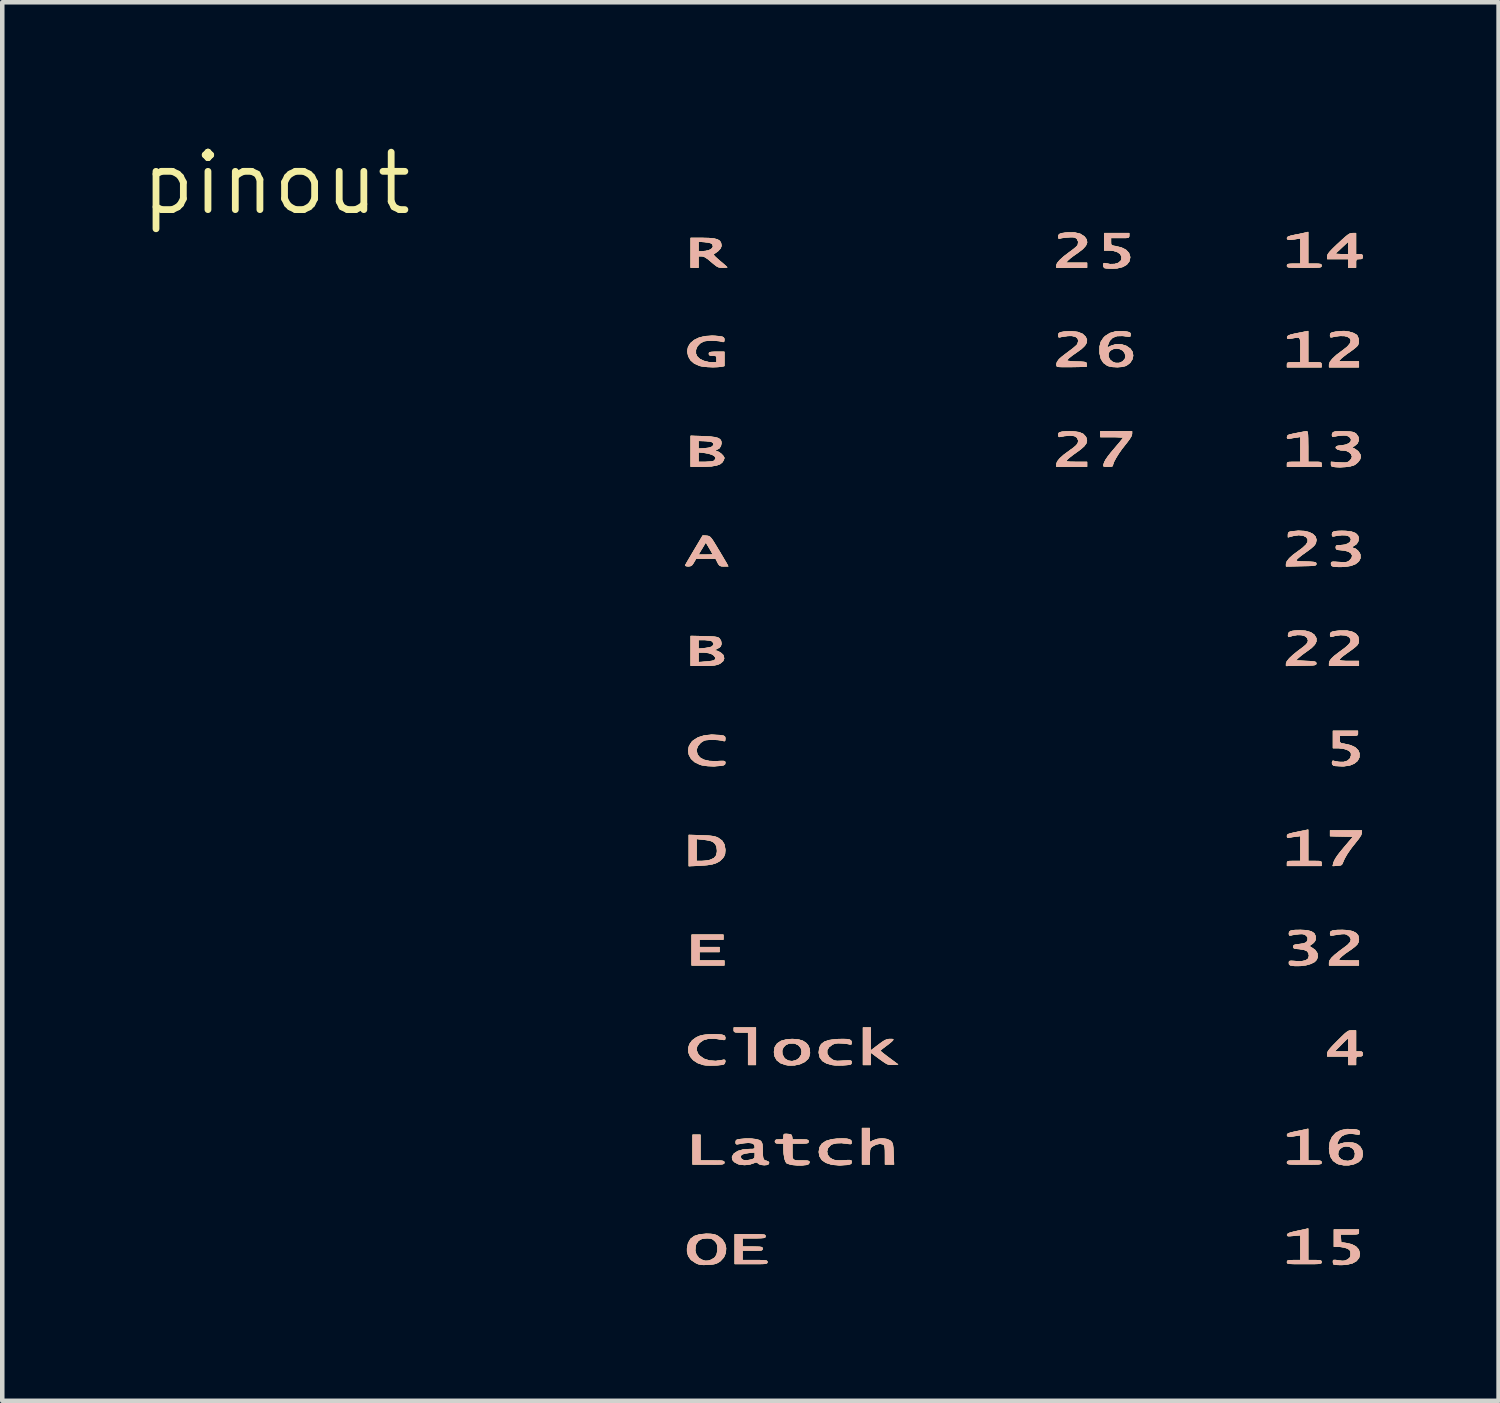
<source format=kicad_pcb>
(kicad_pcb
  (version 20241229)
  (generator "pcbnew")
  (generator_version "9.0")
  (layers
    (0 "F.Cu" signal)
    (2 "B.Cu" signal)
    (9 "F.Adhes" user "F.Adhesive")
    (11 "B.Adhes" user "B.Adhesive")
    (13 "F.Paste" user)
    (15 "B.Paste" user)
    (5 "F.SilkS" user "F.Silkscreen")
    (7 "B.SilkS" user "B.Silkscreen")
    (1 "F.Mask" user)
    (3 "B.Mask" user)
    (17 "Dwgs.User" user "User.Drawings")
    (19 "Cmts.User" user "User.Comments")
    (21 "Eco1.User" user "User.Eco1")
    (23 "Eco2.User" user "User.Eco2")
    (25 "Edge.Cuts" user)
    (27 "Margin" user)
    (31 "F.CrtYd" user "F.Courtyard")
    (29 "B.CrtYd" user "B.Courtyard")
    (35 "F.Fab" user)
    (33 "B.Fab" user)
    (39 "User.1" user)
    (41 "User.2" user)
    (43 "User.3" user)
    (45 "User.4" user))
  (footprint "pinout"
    (layer "F.Cu")
    (at 3.061 1.006)
    (property "Reference" "pinout" (at 0 0 0) (layer "F.SilkS") (effects (font (size 1.27 1.27) (thickness 0.15))))
    (attr through_hole)
    (fp_poly (pts (xy 10.604 19.494) (xy 10.435 19.494) (xy 10.435 18.775) (xy 10.276 18.775) (xy 10.196 18.774) (xy 10.148 18.77) (xy 10.126 18.76) (xy 10.118 18.741) (xy 10.118 18.722) (xy 10.118 18.669) (xy 10.604 18.669) (xy 10.604 19.494)) (stroke (width 0.01) (type solid)) (fill yes) (layer "F.SilkS"))
    (fp_poly (pts (xy 9.885 16.722) (xy 9.356 16.722) (xy 9.356 16.891) (xy 9.8 16.891) (xy 9.8 16.997) (xy 9.356 16.997) (xy 9.356 17.187) (xy 9.906 17.187) (xy 9.906 17.293) (xy 9.186 17.293) (xy 9.186 16.616) (xy 9.885 16.616) (xy 9.885 16.722)) (stroke (width 0.01) (type solid)) (fill yes) (layer "F.SilkS"))
    (fp_poly (pts (xy 9.377 21.611) (xy 9.641 21.611) (xy 9.751 21.612) (xy 9.826 21.613) (xy 9.871 21.618) (xy 9.895 21.626) (xy 9.905 21.639) (xy 9.906 21.654) (xy 9.904 21.669) (xy 9.894 21.68) (xy 9.871 21.688) (xy 9.827 21.692) (xy 9.758 21.695) (xy 9.657 21.696) (xy 9.557 21.696) (xy 9.207 21.696) (xy 9.207 21.04) (xy 9.377 21.04) (xy 9.377 21.611)) (stroke (width 0.01) (type solid)) (fill yes) (layer "F.SilkS"))
    (fp_poly (pts (xy 24.003 14.363) (xy 23.987 14.415) (xy 23.938 14.49) (xy 23.883 14.559) (xy 23.775 14.695) (xy 23.686 14.823) (xy 23.621 14.936) (xy 23.592 15.003) (xy 23.572 15.051) (xy 23.547 15.075) (xy 23.502 15.085) (xy 23.464 15.088) (xy 23.363 15.094) (xy 23.377 15.035) (xy 23.395 14.983) (xy 23.428 14.923) (xy 23.479 14.849) (xy 23.552 14.756) (xy 23.65 14.639) (xy 23.652 14.637) (xy 23.815 14.446) (xy 23.56 14.44) (xy 23.305 14.434) (xy 23.305 14.309) (xy 24.003 14.309) (xy 24.003 14.363)) (stroke (width 0.01) (type solid)) (fill yes) (layer "F.SilkS"))
    (fp_poly (pts (xy 22.818 14.986) (xy 22.966 14.986) (xy 23.043 14.987) (xy 23.088 14.991) (xy 23.108 15.003) (xy 23.114 15.025) (xy 23.114 15.039) (xy 23.114 15.092) (xy 22.352 15.092) (xy 22.352 15.039) (xy 22.354 15.011) (xy 22.367 14.995) (xy 22.399 14.988) (xy 22.461 14.986) (xy 22.5 14.986) (xy 22.648 14.986) (xy 22.648 14.431) (xy 22.529 14.446) (xy 22.458 14.456) (xy 22.402 14.466) (xy 22.38 14.472) (xy 22.357 14.465) (xy 22.352 14.439) (xy 22.354 14.418) (xy 22.363 14.402) (xy 22.388 14.388) (xy 22.433 14.374) (xy 22.506 14.357) (xy 22.614 14.335) (xy 22.622 14.333) (xy 22.818 14.293) (xy 22.818 14.986)) (stroke (width 0.01) (type solid)) (fill yes) (layer "F.SilkS"))
    (fp_poly (pts (xy 13.123 21.204) (xy 13.202 21.164) (xy 13.294 21.133) (xy 13.395 21.123) (xy 13.49 21.133) (xy 13.567 21.163) (xy 13.581 21.174) (xy 13.606 21.198) (xy 13.623 21.224) (xy 13.634 21.261) (xy 13.641 21.319) (xy 13.646 21.405) (xy 13.648 21.46) (xy 13.658 21.696) (xy 13.462 21.696) (xy 13.462 21.485) (xy 13.461 21.388) (xy 13.458 21.324) (xy 13.45 21.286) (xy 13.437 21.264) (xy 13.417 21.25) (xy 13.349 21.236) (xy 13.267 21.252) (xy 13.185 21.295) (xy 13.155 21.318) (xy 13.137 21.344) (xy 13.127 21.381) (xy 13.124 21.44) (xy 13.123 21.517) (xy 13.123 21.696) (xy 12.954 21.696) (xy 12.954 20.892) (xy 13.123 20.892) (xy 13.123 21.204)) (stroke (width 0.01) (type solid)) (fill yes) (layer "F.SilkS"))
    (fp_poly (pts (xy 13.145 19.179) (xy 13.313 19.051) (xy 13.395 18.99) (xy 13.455 18.952) (xy 13.502 18.932) (xy 13.547 18.924) (xy 13.57 18.923) (xy 13.624 18.924) (xy 13.644 18.932) (xy 13.635 18.95) (xy 13.624 18.961) (xy 13.589 18.994) (xy 13.532 19.039) (xy 13.473 19.083) (xy 13.415 19.127) (xy 13.373 19.162) (xy 13.357 19.181) (xy 13.372 19.198) (xy 13.416 19.235) (xy 13.48 19.285) (xy 13.552 19.339) (xy 13.748 19.484) (xy 13.636 19.49) (xy 13.585 19.492) (xy 13.545 19.487) (xy 13.504 19.472) (xy 13.454 19.443) (xy 13.384 19.394) (xy 13.334 19.358) (xy 13.145 19.218) (xy 13.145 19.494) (xy 12.975 19.494) (xy 12.975 18.669) (xy 13.145 18.669) (xy 13.145 19.179)) (stroke (width 0.01) (type solid)) (fill yes) (layer "F.SilkS"))
    (fp_poly (pts (xy 22.818 3.958) (xy 22.966 3.958) (xy 23.043 3.959) (xy 23.088 3.963) (xy 23.108 3.975) (xy 23.114 3.997) (xy 23.114 4.011) (xy 23.114 4.064) (xy 22.352 4.064) (xy 22.352 4.011) (xy 22.354 3.983) (xy 22.367 3.968) (xy 22.399 3.96) (xy 22.461 3.958) (xy 22.5 3.958) (xy 22.648 3.958) (xy 22.648 3.683) (xy 22.649 3.567) (xy 22.646 3.487) (xy 22.637 3.438) (xy 22.617 3.414) (xy 22.58 3.408) (xy 22.523 3.415) (xy 22.451 3.427) (xy 22.391 3.436) (xy 22.362 3.433) (xy 22.355 3.417) (xy 22.356 3.4) (xy 22.364 3.38) (xy 22.387 3.363) (xy 22.43 3.347) (xy 22.502 3.329) (xy 22.59 3.311) (xy 22.818 3.266) (xy 22.818 3.958)) (stroke (width 0.01) (type solid)) (fill yes) (layer "F.SilkS"))
    (fp_poly (pts (xy 18.922 5.54) (xy 18.909 5.588) (xy 18.867 5.657) (xy 18.796 5.751) (xy 18.776 5.776) (xy 18.695 5.879) (xy 18.623 5.983) (xy 18.564 6.079) (xy 18.521 6.16) (xy 18.501 6.219) (xy 18.5 6.231) (xy 18.49 6.252) (xy 18.457 6.263) (xy 18.392 6.265) (xy 18.328 6.264) (xy 18.298 6.257) (xy 18.291 6.238) (xy 18.298 6.207) (xy 18.315 6.159) (xy 18.346 6.103) (xy 18.395 6.033) (xy 18.466 5.943) (xy 18.562 5.83) (xy 18.573 5.817) (xy 18.636 5.743) (xy 18.687 5.681) (xy 18.721 5.638) (xy 18.733 5.621) (xy 18.713 5.616) (xy 18.659 5.613) (xy 18.579 5.61) (xy 18.481 5.609) (xy 18.224 5.609) (xy 18.224 5.482) (xy 18.923 5.482) (xy 18.922 5.54)) (stroke (width 0.01) (type solid)) (fill yes) (layer "F.SilkS"))
    (fp_poly (pts (xy 22.799 5.489) (xy 22.807 5.512) (xy 22.813 5.558) (xy 22.816 5.631) (xy 22.817 5.738) (xy 22.818 5.821) (xy 22.818 6.16) (xy 22.966 6.16) (xy 23.043 6.16) (xy 23.088 6.165) (xy 23.108 6.176) (xy 23.114 6.198) (xy 23.114 6.212) (xy 23.114 6.265) (xy 22.352 6.265) (xy 22.352 6.212) (xy 22.354 6.185) (xy 22.367 6.169) (xy 22.399 6.162) (xy 22.461 6.16) (xy 22.5 6.16) (xy 22.648 6.16) (xy 22.648 5.604) (xy 22.548 5.619) (xy 22.477 5.63) (xy 22.416 5.641) (xy 22.4 5.645) (xy 22.363 5.646) (xy 22.352 5.618) (xy 22.352 5.612) (xy 22.37 5.571) (xy 22.4 5.557) (xy 22.479 5.539) (xy 22.568 5.521) (xy 22.655 5.504) (xy 22.728 5.491) (xy 22.777 5.483) (xy 22.787 5.482) (xy 22.799 5.489)) (stroke (width 0.01) (type solid)) (fill yes) (layer "F.SilkS"))
    (fp_poly (pts (xy 9.403 14.419) (xy 9.526 14.424) (xy 9.615 14.431) (xy 9.68 14.441) (xy 9.731 14.456) (xy 9.773 14.475) (xy 9.856 14.535) (xy 9.906 14.615) (xy 9.926 14.721) (xy 9.927 14.75) (xy 9.921 14.828) (xy 9.897 14.887) (xy 9.87 14.924) (xy 9.811 14.982) (xy 9.739 15.024) (xy 9.649 15.054) (xy 9.531 15.074) (xy 9.379 15.085) (xy 9.377 15.086) (xy 9.123 15.098) (xy 9.123 14.986) (xy 9.292 14.986) (xy 9.401 14.986) (xy 9.484 14.981) (xy 9.565 14.968) (xy 9.591 14.962) (xy 9.676 14.924) (xy 9.725 14.869) (xy 9.746 14.789) (xy 9.747 14.753) (xy 9.738 14.668) (xy 9.708 14.609) (xy 9.705 14.605) (xy 9.667 14.569) (xy 9.622 14.545) (xy 9.56 14.528) (xy 9.47 14.515) (xy 9.435 14.511) (xy 9.292 14.496) (xy 9.292 14.986) (xy 9.123 14.986) (xy 9.123 14.409) (xy 9.403 14.419)) (stroke (width 0.01) (type solid)) (fill yes) (layer "F.SilkS"))
    (fp_poly (pts (xy 11.541 18.932) (xy 11.642 18.962) (xy 11.72 19.014) (xy 11.757 19.057) (xy 11.792 19.138) (xy 11.8 19.232) (xy 11.778 19.323) (xy 11.757 19.361) (xy 11.683 19.428) (xy 11.581 19.476) (xy 11.46 19.502) (xy 11.331 19.504) (xy 11.267 19.494) (xy 11.151 19.454) (xy 11.068 19.389) (xy 11.02 19.301) (xy 11.007 19.209) (xy 11.012 19.178) (xy 11.184 19.178) (xy 11.188 19.257) (xy 11.229 19.335) (xy 11.25 19.359) (xy 11.321 19.402) (xy 11.405 19.413) (xy 11.491 19.394) (xy 11.559 19.348) (xy 11.608 19.273) (xy 11.621 19.195) (xy 11.6 19.12) (xy 11.549 19.059) (xy 11.47 19.021) (xy 11.439 19.015) (xy 11.342 19.018) (xy 11.265 19.052) (xy 11.211 19.108) (xy 11.184 19.178) (xy 11.012 19.178) (xy 11.024 19.103) (xy 11.076 19.022) (xy 11.162 18.965) (xy 11.283 18.932) (xy 11.409 18.923) (xy 11.541 18.932)) (stroke (width 0.01) (type solid)) (fill yes) (layer "F.SilkS"))
    (fp_poly (pts (xy 12.62 21.129) (xy 12.681 21.143) (xy 12.713 21.168) (xy 12.721 21.2) (xy 12.718 21.232) (xy 12.702 21.244) (xy 12.66 21.241) (xy 12.631 21.236) (xy 12.503 21.221) (xy 12.39 21.224) (xy 12.3 21.245) (xy 12.26 21.266) (xy 12.199 21.332) (xy 12.177 21.407) (xy 12.19 21.482) (xy 12.24 21.547) (xy 12.293 21.581) (xy 12.345 21.6) (xy 12.406 21.608) (xy 12.49 21.609) (xy 12.545 21.606) (xy 12.631 21.601) (xy 12.683 21.601) (xy 12.71 21.607) (xy 12.72 21.621) (xy 12.721 21.642) (xy 12.715 21.673) (xy 12.689 21.69) (xy 12.634 21.702) (xy 12.623 21.704) (xy 12.456 21.714) (xy 12.299 21.701) (xy 12.277 21.697) (xy 12.153 21.657) (xy 12.065 21.596) (xy 12.013 21.512) (xy 11.998 21.42) (xy 12.014 21.318) (xy 12.067 21.237) (xy 12.156 21.178) (xy 12.28 21.141) (xy 12.395 21.128) (xy 12.526 21.124) (xy 12.62 21.129)) (stroke (width 0.01) (type solid)) (fill yes) (layer "F.SilkS"))
    (fp_poly (pts (xy 23.876 1.566) (xy 23.95 1.566) (xy 24 1.57) (xy 24.021 1.588) (xy 24.024 1.619) (xy 24.019 1.655) (xy 23.994 1.67) (xy 23.95 1.672) (xy 23.905 1.674) (xy 23.883 1.688) (xy 23.876 1.725) (xy 23.876 1.767) (xy 23.876 1.863) (xy 23.707 1.863) (xy 23.707 1.672) (xy 23.241 1.672) (xy 23.241 1.613) (xy 23.247 1.585) (xy 23.266 1.55) (xy 23.267 1.549) (xy 23.422 1.549) (xy 23.431 1.557) (xy 23.474 1.563) (xy 23.541 1.566) (xy 23.554 1.566) (xy 23.707 1.566) (xy 23.707 1.285) (xy 23.574 1.408) (xy 23.512 1.467) (xy 23.46 1.515) (xy 23.427 1.544) (xy 23.422 1.549) (xy 23.267 1.549) (xy 23.304 1.504) (xy 23.364 1.441) (xy 23.451 1.357) (xy 23.483 1.328) (xy 23.577 1.24) (xy 23.646 1.179) (xy 23.698 1.138) (xy 23.737 1.114) (xy 23.77 1.103) (xy 23.8 1.101) (xy 23.876 1.101) (xy 23.876 1.566)) (stroke (width 0.01) (type solid)) (fill yes) (layer "F.SilkS"))
    (fp_poly (pts (xy 9.786 18.821) (xy 9.861 18.83) (xy 9.909 18.847) (xy 9.926 18.879) (xy 9.927 18.897) (xy 9.923 18.932) (xy 9.902 18.942) (xy 9.858 18.935) (xy 9.693 18.911) (xy 9.557 18.913) (xy 9.449 18.942) (xy 9.364 19) (xy 9.352 19.012) (xy 9.301 19.09) (xy 9.292 19.17) (xy 9.326 19.25) (xy 9.362 19.293) (xy 9.459 19.361) (xy 9.581 19.4) (xy 9.72 19.409) (xy 9.848 19.39) (xy 9.899 19.381) (xy 9.922 19.387) (xy 9.927 19.413) (xy 9.927 19.42) (xy 9.915 19.463) (xy 9.895 19.481) (xy 9.845 19.492) (xy 9.766 19.5) (xy 9.672 19.504) (xy 9.577 19.505) (xy 9.495 19.501) (xy 9.447 19.495) (xy 9.319 19.452) (xy 9.221 19.388) (xy 9.153 19.308) (xy 9.116 19.219) (xy 9.11 19.126) (xy 9.137 19.035) (xy 9.197 18.953) (xy 9.291 18.885) (xy 9.368 18.852) (xy 9.45 18.833) (xy 9.558 18.821) (xy 9.675 18.817) (xy 9.786 18.821)) (stroke (width 0.01) (type solid)) (fill yes) (layer "F.SilkS"))
    (fp_poly (pts (xy 18.86 1.154) (xy 18.858 1.178) (xy 18.849 1.194) (xy 18.823 1.202) (xy 18.774 1.206) (xy 18.692 1.206) (xy 18.658 1.206) (xy 18.457 1.206) (xy 18.457 1.29) (xy 18.459 1.34) (xy 18.472 1.367) (xy 18.507 1.38) (xy 18.558 1.388) (xy 18.69 1.42) (xy 18.79 1.471) (xy 18.854 1.539) (xy 18.88 1.623) (xy 18.881 1.639) (xy 18.861 1.726) (xy 18.806 1.796) (xy 18.718 1.846) (xy 18.6 1.875) (xy 18.489 1.882) (xy 18.411 1.88) (xy 18.349 1.875) (xy 18.315 1.87) (xy 18.314 1.87) (xy 18.294 1.843) (xy 18.288 1.807) (xy 18.295 1.769) (xy 18.321 1.764) (xy 18.325 1.765) (xy 18.439 1.787) (xy 18.541 1.784) (xy 18.622 1.759) (xy 18.676 1.712) (xy 18.688 1.689) (xy 18.694 1.621) (xy 18.664 1.562) (xy 18.601 1.517) (xy 18.511 1.489) (xy 18.42 1.482) (xy 18.309 1.482) (xy 18.309 1.101) (xy 18.86 1.101) (xy 18.86 1.154)) (stroke (width 0.01) (type solid)) (fill yes) (layer "F.SilkS"))
    (fp_poly (pts (xy 22.818 23.812) (xy 22.966 23.812) (xy 23.044 23.814) (xy 23.088 23.819) (xy 23.109 23.831) (xy 23.114 23.851) (xy 23.114 23.855) (xy 23.112 23.87) (xy 23.103 23.881) (xy 23.081 23.888) (xy 23.039 23.893) (xy 22.973 23.896) (xy 22.877 23.897) (xy 22.744 23.897) (xy 22.733 23.897) (xy 22.598 23.897) (xy 22.499 23.896) (xy 22.431 23.893) (xy 22.388 23.889) (xy 22.364 23.882) (xy 22.354 23.871) (xy 22.352 23.856) (xy 22.352 23.855) (xy 22.356 23.833) (xy 22.374 23.82) (xy 22.415 23.814) (xy 22.488 23.813) (xy 22.5 23.812) (xy 22.648 23.812) (xy 22.648 23.258) (xy 22.498 23.273) (xy 22.42 23.28) (xy 22.376 23.28) (xy 22.357 23.272) (xy 22.354 23.255) (xy 22.355 23.25) (xy 22.37 23.229) (xy 22.408 23.209) (xy 22.478 23.189) (xy 22.543 23.174) (xy 22.631 23.155) (xy 22.708 23.139) (xy 22.76 23.127) (xy 22.77 23.125) (xy 22.818 23.113) (xy 22.818 23.812)) (stroke (width 0.01) (type solid)) (fill yes) (layer "F.SilkS"))
    (fp_poly (pts (xy 23.725 3.282) (xy 23.817 3.309) (xy 23.885 3.347) (xy 23.907 3.371) (xy 23.935 3.442) (xy 23.935 3.525) (xy 23.918 3.578) (xy 23.891 3.608) (xy 23.838 3.653) (xy 23.769 3.705) (xy 23.743 3.723) (xy 23.666 3.777) (xy 23.597 3.831) (xy 23.547 3.873) (xy 23.539 3.882) (xy 23.488 3.937) (xy 23.939 3.937) (xy 23.939 4.064) (xy 23.283 4.064) (xy 23.283 4.005) (xy 23.303 3.946) (xy 23.36 3.874) (xy 23.453 3.789) (xy 23.58 3.694) (xy 23.593 3.685) (xy 23.688 3.609) (xy 23.745 3.54) (xy 23.764 3.478) (xy 23.745 3.427) (xy 23.685 3.387) (xy 23.684 3.386) (xy 23.619 3.373) (xy 23.529 3.371) (xy 23.43 3.382) (xy 23.352 3.399) (xy 23.317 3.403) (xy 23.305 3.378) (xy 23.305 3.36) (xy 23.308 3.33) (xy 23.323 3.31) (xy 23.358 3.295) (xy 23.419 3.283) (xy 23.515 3.27) (xy 23.519 3.27) (xy 23.622 3.267) (xy 23.725 3.282)) (stroke (width 0.01) (type solid)) (fill yes) (layer "F.SilkS"))
    (fp_poly (pts (xy 23.784 9.913) (xy 23.87 9.956) (xy 23.922 10.019) (xy 23.939 10.095) (xy 23.936 10.14) (xy 23.925 10.177) (xy 23.9 10.214) (xy 23.855 10.255) (xy 23.785 10.309) (xy 23.704 10.367) (xy 23.605 10.439) (xy 23.541 10.491) (xy 23.513 10.526) (xy 23.521 10.547) (xy 23.565 10.558) (xy 23.646 10.562) (xy 23.718 10.562) (xy 23.939 10.562) (xy 23.939 10.668) (xy 23.283 10.668) (xy 23.283 10.616) (xy 23.294 10.568) (xy 23.329 10.516) (xy 23.391 10.455) (xy 23.486 10.381) (xy 23.535 10.345) (xy 23.64 10.267) (xy 23.711 10.203) (xy 23.751 10.151) (xy 23.763 10.105) (xy 23.754 10.067) (xy 23.71 10.019) (xy 23.634 9.992) (xy 23.534 9.987) (xy 23.415 10.004) (xy 23.342 10.024) (xy 23.313 10.023) (xy 23.305 9.99) (xy 23.305 9.984) (xy 23.31 9.949) (xy 23.331 9.925) (xy 23.376 9.909) (xy 23.45 9.898) (xy 23.529 9.891) (xy 23.67 9.891) (xy 23.784 9.913)) (stroke (width 0.01) (type solid)) (fill yes) (layer "F.SilkS"))
    (fp_poly (pts (xy 23.876 19.198) (xy 23.95 19.198) (xy 24 19.202) (xy 24.021 19.22) (xy 24.024 19.251) (xy 24.019 19.287) (xy 23.994 19.302) (xy 23.95 19.304) (xy 23.905 19.306) (xy 23.883 19.32) (xy 23.876 19.357) (xy 23.876 19.399) (xy 23.876 19.494) (xy 23.707 19.494) (xy 23.707 19.304) (xy 23.241 19.304) (xy 23.241 19.245) (xy 23.247 19.215) (xy 23.257 19.198) (xy 23.401 19.198) (xy 23.707 19.198) (xy 23.707 19.05) (xy 23.706 18.977) (xy 23.704 18.924) (xy 23.701 18.902) (xy 23.701 18.902) (xy 23.684 18.916) (xy 23.645 18.954) (xy 23.589 19.009) (xy 23.548 19.05) (xy 23.401 19.198) (xy 23.257 19.198) (xy 23.269 19.177) (xy 23.31 19.126) (xy 23.374 19.056) (xy 23.466 18.963) (xy 23.469 18.96) (xy 23.557 18.873) (xy 23.621 18.811) (xy 23.669 18.771) (xy 23.705 18.747) (xy 23.737 18.736) (xy 23.771 18.733) (xy 23.786 18.733) (xy 23.876 18.733) (xy 23.876 19.198)) (stroke (width 0.01) (type solid)) (fill yes) (layer "F.SilkS"))
    (fp_poly (pts (xy 17.654 1.087) (xy 17.775 1.115) (xy 17.866 1.172) (xy 17.872 1.178) (xy 17.919 1.242) (xy 17.929 1.307) (xy 17.902 1.375) (xy 17.836 1.449) (xy 17.73 1.531) (xy 17.701 1.551) (xy 17.625 1.604) (xy 17.557 1.656) (xy 17.511 1.697) (xy 17.506 1.701) (xy 17.455 1.757) (xy 17.928 1.757) (xy 17.928 1.863) (xy 17.251 1.863) (xy 17.251 1.814) (xy 17.269 1.764) (xy 17.323 1.699) (xy 17.413 1.617) (xy 17.542 1.519) (xy 17.561 1.505) (xy 17.631 1.453) (xy 17.687 1.405) (xy 17.72 1.371) (xy 17.725 1.363) (xy 17.736 1.29) (xy 17.708 1.229) (xy 17.696 1.217) (xy 17.665 1.197) (xy 17.623 1.188) (xy 17.558 1.188) (xy 17.511 1.191) (xy 17.432 1.199) (xy 17.366 1.208) (xy 17.33 1.217) (xy 17.303 1.22) (xy 17.293 1.191) (xy 17.293 1.179) (xy 17.299 1.144) (xy 17.321 1.12) (xy 17.366 1.103) (xy 17.442 1.092) (xy 17.505 1.086) (xy 17.654 1.087)) (stroke (width 0.01) (type solid)) (fill yes) (layer "F.SilkS"))
    (fp_poly (pts (xy 22.818 1.778) (xy 22.966 1.778) (xy 23.044 1.779) (xy 23.088 1.784) (xy 23.109 1.796) (xy 23.114 1.817) (xy 23.114 1.82) (xy 23.112 1.835) (xy 23.103 1.846) (xy 23.081 1.854) (xy 23.039 1.859) (xy 22.973 1.861) (xy 22.877 1.862) (xy 22.744 1.863) (xy 22.733 1.863) (xy 22.598 1.862) (xy 22.499 1.861) (xy 22.431 1.859) (xy 22.388 1.854) (xy 22.364 1.847) (xy 22.354 1.836) (xy 22.352 1.822) (xy 22.352 1.82) (xy 22.356 1.798) (xy 22.374 1.785) (xy 22.415 1.78) (xy 22.488 1.778) (xy 22.5 1.778) (xy 22.648 1.778) (xy 22.648 1.213) (xy 22.548 1.23) (xy 22.455 1.243) (xy 22.396 1.247) (xy 22.364 1.239) (xy 22.353 1.22) (xy 22.352 1.211) (xy 22.359 1.19) (xy 22.386 1.174) (xy 22.44 1.157) (xy 22.527 1.138) (xy 22.537 1.136) (xy 22.627 1.119) (xy 22.705 1.102) (xy 22.759 1.09) (xy 22.77 1.087) (xy 22.818 1.075) (xy 22.818 1.778)) (stroke (width 0.01) (type solid)) (fill yes) (layer "F.SilkS"))
    (fp_poly (pts (xy 22.818 21.611) (xy 22.966 21.611) (xy 23.044 21.612) (xy 23.088 21.617) (xy 23.109 21.629) (xy 23.114 21.65) (xy 23.114 21.654) (xy 23.112 21.669) (xy 23.103 21.68) (xy 23.081 21.687) (xy 23.039 21.692) (xy 22.973 21.694) (xy 22.877 21.696) (xy 22.744 21.696) (xy 22.733 21.696) (xy 22.598 21.696) (xy 22.499 21.695) (xy 22.431 21.692) (xy 22.388 21.688) (xy 22.364 21.68) (xy 22.354 21.669) (xy 22.352 21.655) (xy 22.352 21.654) (xy 22.356 21.631) (xy 22.374 21.619) (xy 22.415 21.613) (xy 22.488 21.611) (xy 22.5 21.611) (xy 22.648 21.611) (xy 22.648 21.046) (xy 22.548 21.063) (xy 22.455 21.077) (xy 22.396 21.08) (xy 22.364 21.072) (xy 22.353 21.053) (xy 22.352 21.044) (xy 22.36 21.024) (xy 22.387 21.007) (xy 22.442 20.989) (xy 22.531 20.969) (xy 22.537 20.968) (xy 22.627 20.95) (xy 22.705 20.934) (xy 22.759 20.922) (xy 22.77 20.919) (xy 22.818 20.908) (xy 22.818 21.611)) (stroke (width 0.01) (type solid)) (fill yes) (layer "F.SilkS"))
    (fp_poly (pts (xy 23.918 12.16) (xy 23.917 12.185) (xy 23.907 12.2) (xy 23.882 12.209) (xy 23.833 12.212) (xy 23.751 12.213) (xy 23.717 12.213) (xy 23.516 12.213) (xy 23.516 12.297) (xy 23.518 12.347) (xy 23.531 12.373) (xy 23.566 12.386) (xy 23.617 12.394) (xy 23.759 12.426) (xy 23.862 12.475) (xy 23.927 12.541) (xy 23.952 12.605) (xy 23.949 12.694) (xy 23.91 12.77) (xy 23.838 12.829) (xy 23.738 12.87) (xy 23.612 12.888) (xy 23.568 12.888) (xy 23.488 12.885) (xy 23.422 12.881) (xy 23.384 12.876) (xy 23.353 12.848) (xy 23.347 12.813) (xy 23.355 12.774) (xy 23.376 12.77) (xy 23.414 12.78) (xy 23.474 12.791) (xy 23.499 12.795) (xy 23.603 12.797) (xy 23.686 12.771) (xy 23.743 12.722) (xy 23.769 12.653) (xy 23.767 12.601) (xy 23.739 12.559) (xy 23.678 12.523) (xy 23.595 12.499) (xy 23.498 12.488) (xy 23.49 12.488) (xy 23.368 12.488) (xy 23.368 12.107) (xy 23.918 12.107) (xy 23.918 12.16)) (stroke (width 0.01) (type solid)) (fill yes) (layer "F.SilkS"))
    (fp_poly (pts (xy 10.604 23.241) (xy 10.695 23.242) (xy 10.755 23.246) (xy 10.791 23.251) (xy 10.809 23.26) (xy 10.816 23.273) (xy 10.816 23.283) (xy 10.814 23.301) (xy 10.802 23.313) (xy 10.773 23.32) (xy 10.72 23.324) (xy 10.637 23.326) (xy 10.562 23.326) (xy 10.308 23.326) (xy 10.308 23.516) (xy 10.53 23.516) (xy 10.63 23.517) (xy 10.694 23.519) (xy 10.731 23.525) (xy 10.748 23.536) (xy 10.753 23.553) (xy 10.753 23.558) (xy 10.75 23.577) (xy 10.737 23.59) (xy 10.705 23.597) (xy 10.648 23.6) (xy 10.558 23.601) (xy 10.53 23.601) (xy 10.308 23.601) (xy 10.308 23.812) (xy 10.583 23.812) (xy 10.696 23.813) (xy 10.772 23.815) (xy 10.82 23.819) (xy 10.846 23.827) (xy 10.857 23.839) (xy 10.858 23.855) (xy 10.857 23.87) (xy 10.847 23.881) (xy 10.824 23.889) (xy 10.781 23.894) (xy 10.713 23.896) (xy 10.613 23.897) (xy 10.499 23.897) (xy 10.139 23.897) (xy 10.139 23.241) (xy 10.477 23.241) (xy 10.604 23.241)) (stroke (width 0.01) (type solid)) (fill yes) (layer "F.SilkS"))
    (fp_poly (pts (xy 9.812 12.203) (xy 9.829 12.205) (xy 9.889 12.216) (xy 9.918 12.231) (xy 9.927 12.26) (xy 9.927 12.282) (xy 9.923 12.325) (xy 9.905 12.334) (xy 9.89 12.329) (xy 9.833 12.315) (xy 9.751 12.306) (xy 9.657 12.302) (xy 9.566 12.304) (xy 9.493 12.311) (xy 9.461 12.319) (xy 9.384 12.368) (xy 9.325 12.438) (xy 9.294 12.515) (xy 9.292 12.54) (xy 9.311 12.628) (xy 9.366 12.698) (xy 9.454 12.747) (xy 9.574 12.775) (xy 9.721 12.781) (xy 9.747 12.779) (xy 9.834 12.774) (xy 9.888 12.774) (xy 9.915 12.78) (xy 9.926 12.794) (xy 9.927 12.816) (xy 9.921 12.846) (xy 9.895 12.864) (xy 9.84 12.876) (xy 9.829 12.877) (xy 9.681 12.889) (xy 9.537 12.884) (xy 9.411 12.865) (xy 9.368 12.853) (xy 9.256 12.799) (xy 9.174 12.725) (xy 9.125 12.637) (xy 9.109 12.541) (xy 9.128 12.445) (xy 9.185 12.354) (xy 9.219 12.321) (xy 9.327 12.253) (xy 9.465 12.21) (xy 9.628 12.193) (xy 9.812 12.203)) (stroke (width 0.01) (type solid)) (fill yes) (layer "F.SilkS"))
    (fp_poly (pts (xy 17.631 5.486) (xy 17.754 5.503) (xy 17.843 5.541) (xy 17.899 5.601) (xy 17.916 5.636) (xy 17.925 5.694) (xy 17.909 5.752) (xy 17.863 5.813) (xy 17.785 5.882) (xy 17.693 5.948) (xy 17.614 6.005) (xy 17.546 6.058) (xy 17.499 6.099) (xy 17.483 6.118) (xy 17.476 6.136) (xy 17.48 6.148) (xy 17.504 6.155) (xy 17.553 6.158) (xy 17.634 6.159) (xy 17.695 6.16) (xy 17.928 6.16) (xy 17.928 6.265) (xy 17.251 6.265) (xy 17.251 6.209) (xy 17.27 6.153) (xy 17.326 6.082) (xy 17.418 6) (xy 17.542 5.909) (xy 17.542 5.909) (xy 17.633 5.843) (xy 17.693 5.791) (xy 17.725 5.746) (xy 17.735 5.702) (xy 17.734 5.68) (xy 17.708 5.621) (xy 17.648 5.585) (xy 17.554 5.574) (xy 17.426 5.586) (xy 17.351 5.601) (xy 17.31 5.606) (xy 17.295 5.587) (xy 17.293 5.56) (xy 17.298 5.526) (xy 17.321 5.506) (xy 17.372 5.494) (xy 17.388 5.492) (xy 17.461 5.485) (xy 17.554 5.483) (xy 17.631 5.486)) (stroke (width 0.01) (type solid)) (fill yes) (layer "F.SilkS"))
    (fp_poly (pts (xy 23.939 23.188) (xy 23.938 23.213) (xy 23.929 23.228) (xy 23.903 23.236) (xy 23.854 23.24) (xy 23.773 23.241) (xy 23.737 23.241) (xy 23.535 23.241) (xy 23.541 23.331) (xy 23.548 23.421) (xy 23.655 23.434) (xy 23.78 23.462) (xy 23.875 23.512) (xy 23.936 23.579) (xy 23.96 23.663) (xy 23.961 23.675) (xy 23.942 23.762) (xy 23.886 23.831) (xy 23.796 23.881) (xy 23.674 23.91) (xy 23.557 23.918) (xy 23.478 23.916) (xy 23.417 23.912) (xy 23.384 23.905) (xy 23.382 23.904) (xy 23.371 23.874) (xy 23.368 23.845) (xy 23.371 23.82) (xy 23.385 23.809) (xy 23.421 23.809) (xy 23.488 23.819) (xy 23.492 23.82) (xy 23.568 23.83) (xy 23.619 23.828) (xy 23.663 23.813) (xy 23.688 23.799) (xy 23.736 23.765) (xy 23.756 23.725) (xy 23.76 23.674) (xy 23.755 23.616) (xy 23.733 23.582) (xy 23.686 23.553) (xy 23.614 23.53) (xy 23.527 23.517) (xy 23.5 23.516) (xy 23.389 23.516) (xy 23.389 23.135) (xy 23.939 23.135) (xy 23.939 23.188)) (stroke (width 0.01) (type solid)) (fill yes) (layer "F.SilkS"))
    (fp_poly (pts (xy 12.618 18.926) (xy 12.675 18.935) (xy 12.707 18.954) (xy 12.72 18.982) (xy 12.721 19) (xy 12.715 19.038) (xy 12.693 19.043) (xy 12.684 19.04) (xy 12.644 19.031) (xy 12.578 19.022) (xy 12.509 19.015) (xy 12.419 19.012) (xy 12.353 19.021) (xy 12.298 19.043) (xy 12.22 19.102) (xy 12.18 19.17) (xy 12.18 19.243) (xy 12.221 19.315) (xy 12.277 19.364) (xy 12.316 19.388) (xy 12.354 19.402) (xy 12.403 19.408) (xy 12.475 19.406) (xy 12.536 19.403) (xy 12.625 19.398) (xy 12.68 19.398) (xy 12.709 19.404) (xy 12.72 19.417) (xy 12.721 19.431) (xy 12.714 19.469) (xy 12.705 19.48) (xy 12.669 19.49) (xy 12.602 19.497) (xy 12.519 19.502) (xy 12.431 19.503) (xy 12.352 19.501) (xy 12.296 19.495) (xy 12.168 19.46) (xy 12.077 19.406) (xy 12.021 19.331) (xy 11.999 19.234) (xy 11.998 19.212) (xy 12.01 19.114) (xy 12.05 19.038) (xy 12.119 18.984) (xy 12.221 18.948) (xy 12.359 18.929) (xy 12.408 18.926) (xy 12.531 18.923) (xy 12.618 18.926)) (stroke (width 0.01) (type solid)) (fill yes) (layer "F.SilkS"))
    (fp_poly (pts (xy 23.684 16.517) (xy 23.776 16.533) (xy 23.813 16.544) (xy 23.887 16.585) (xy 23.926 16.638) (xy 23.939 16.715) (xy 23.939 16.727) (xy 23.931 16.778) (xy 23.904 16.827) (xy 23.851 16.879) (xy 23.768 16.942) (xy 23.717 16.976) (xy 23.635 17.033) (xy 23.566 17.089) (xy 23.517 17.136) (xy 23.495 17.167) (xy 23.495 17.17) (xy 23.515 17.177) (xy 23.568 17.183) (xy 23.646 17.186) (xy 23.717 17.187) (xy 23.939 17.187) (xy 23.939 17.293) (xy 23.283 17.293) (xy 23.283 17.232) (xy 23.296 17.185) (xy 23.335 17.129) (xy 23.405 17.062) (xy 23.507 16.98) (xy 23.606 16.907) (xy 23.697 16.837) (xy 23.75 16.777) (xy 23.767 16.725) (xy 23.75 16.677) (xy 23.716 16.641) (xy 23.673 16.61) (xy 23.629 16.598) (xy 23.565 16.6) (xy 23.549 16.601) (xy 23.47 16.612) (xy 23.397 16.623) (xy 23.373 16.628) (xy 23.326 16.634) (xy 23.308 16.623) (xy 23.305 16.589) (xy 23.314 16.549) (xy 23.348 16.529) (xy 23.371 16.523) (xy 23.466 16.512) (xy 23.575 16.51) (xy 23.684 16.517)) (stroke (width 0.01) (type solid)) (fill yes) (layer "F.SilkS"))
    (fp_poly (pts (xy 9.513 7.794) (xy 9.546 7.797) (xy 9.572 7.806) (xy 9.598 7.824) (xy 9.627 7.858) (xy 9.665 7.914) (xy 9.716 7.997) (xy 9.763 8.075) (xy 9.824 8.176) (xy 9.879 8.269) (xy 9.924 8.345) (xy 9.954 8.396) (xy 9.961 8.408) (xy 9.992 8.467) (xy 9.896 8.467) (xy 9.836 8.464) (xy 9.8 8.448) (xy 9.771 8.408) (xy 9.758 8.382) (xy 9.715 8.297) (xy 9.282 8.298) (xy 9.233 8.382) (xy 9.198 8.436) (xy 9.164 8.46) (xy 9.116 8.467) (xy 9.11 8.467) (xy 9.063 8.462) (xy 9.042 8.452) (xy 9.042 8.449) (xy 9.054 8.426) (xy 9.085 8.372) (xy 9.13 8.295) (xy 9.179 8.213) (xy 9.331 8.213) (xy 9.492 8.213) (xy 9.568 8.212) (xy 9.625 8.209) (xy 9.651 8.205) (xy 9.652 8.204) (xy 9.642 8.182) (xy 9.616 8.135) (xy 9.578 8.071) (xy 9.575 8.065) (xy 9.498 7.936) (xy 9.456 8.006) (xy 9.415 8.075) (xy 9.373 8.143) (xy 9.373 8.144) (xy 9.331 8.213) (xy 9.179 8.213) (xy 9.186 8.2) (xy 9.239 8.11) (xy 9.43 7.789) (xy 9.513 7.794)) (stroke (width 0.01) (type solid)) (fill yes) (layer "F.SilkS"))
    (fp_poly (pts (xy 9.565 1.21) (xy 9.676 1.22) (xy 9.755 1.24) (xy 9.806 1.272) (xy 9.833 1.317) (xy 9.842 1.377) (xy 9.842 1.383) (xy 9.823 1.437) (xy 9.769 1.496) (xy 9.686 1.555) (xy 9.684 1.556) (xy 9.671 1.569) (xy 9.676 1.589) (xy 9.702 1.619) (xy 9.755 1.667) (xy 9.808 1.713) (xy 9.876 1.77) (xy 9.93 1.817) (xy 9.963 1.847) (xy 9.97 1.855) (xy 9.95 1.859) (xy 9.902 1.862) (xy 9.867 1.863) (xy 9.816 1.86) (xy 9.774 1.85) (xy 9.73 1.826) (xy 9.675 1.783) (xy 9.619 1.736) (xy 9.54 1.67) (xy 9.481 1.631) (xy 9.434 1.612) (xy 9.403 1.609) (xy 9.335 1.609) (xy 9.335 1.863) (xy 9.165 1.863) (xy 9.165 1.503) (xy 9.335 1.503) (xy 9.416 1.503) (xy 9.491 1.496) (xy 9.561 1.481) (xy 9.565 1.479) (xy 9.629 1.445) (xy 9.658 1.4) (xy 9.649 1.352) (xy 9.645 1.345) (xy 9.61 1.321) (xy 9.545 1.304) (xy 9.476 1.297) (xy 9.335 1.285) (xy 9.335 1.503) (xy 9.165 1.503) (xy 9.165 1.206) (xy 9.416 1.206) (xy 9.565 1.21)) (stroke (width 0.01) (type solid)) (fill yes) (layer "F.SilkS"))
    (fp_poly (pts (xy 22.731 7.689) (xy 22.84 7.714) (xy 22.924 7.756) (xy 22.98 7.812) (xy 23.001 7.882) (xy 22.986 7.961) (xy 22.949 8.012) (xy 22.874 8.078) (xy 22.772 8.153) (xy 22.692 8.21) (xy 22.625 8.262) (xy 22.579 8.302) (xy 22.563 8.321) (xy 22.556 8.338) (xy 22.563 8.349) (xy 22.591 8.357) (xy 22.645 8.361) (xy 22.732 8.364) (xy 22.77 8.365) (xy 22.87 8.369) (xy 22.936 8.373) (xy 22.974 8.38) (xy 22.992 8.391) (xy 22.997 8.408) (xy 22.998 8.414) (xy 22.995 8.43) (xy 22.985 8.441) (xy 22.96 8.449) (xy 22.914 8.455) (xy 22.842 8.458) (xy 22.736 8.461) (xy 22.664 8.462) (xy 22.331 8.468) (xy 22.331 8.415) (xy 22.349 8.36) (xy 22.402 8.292) (xy 22.484 8.217) (xy 22.579 8.148) (xy 22.694 8.063) (xy 22.771 7.991) (xy 22.81 7.928) (xy 22.812 7.873) (xy 22.779 7.825) (xy 22.778 7.823) (xy 22.707 7.786) (xy 22.609 7.776) (xy 22.492 7.794) (xy 22.484 7.796) (xy 22.373 7.825) (xy 22.373 7.768) (xy 22.379 7.729) (xy 22.404 7.708) (xy 22.453 7.697) (xy 22.6 7.683) (xy 22.731 7.689)) (stroke (width 0.01) (type solid)) (fill yes) (layer "F.SilkS"))
    (fp_poly (pts (xy 22.765 9.896) (xy 22.875 9.928) (xy 22.953 9.982) (xy 22.997 10.055) (xy 22.999 10.064) (xy 22.999 10.13) (xy 22.965 10.198) (xy 22.893 10.271) (xy 22.807 10.335) (xy 22.73 10.39) (xy 22.659 10.444) (xy 22.607 10.488) (xy 22.6 10.494) (xy 22.539 10.552) (xy 22.769 10.562) (xy 22.87 10.567) (xy 22.936 10.573) (xy 22.974 10.581) (xy 22.992 10.593) (xy 22.997 10.61) (xy 22.998 10.615) (xy 22.995 10.631) (xy 22.985 10.643) (xy 22.96 10.651) (xy 22.914 10.656) (xy 22.842 10.659) (xy 22.736 10.662) (xy 22.664 10.663) (xy 22.331 10.669) (xy 22.331 10.62) (xy 22.349 10.571) (xy 22.401 10.506) (xy 22.484 10.428) (xy 22.594 10.339) (xy 22.638 10.307) (xy 22.721 10.244) (xy 22.775 10.197) (xy 22.804 10.159) (xy 22.816 10.121) (xy 22.817 10.105) (xy 22.799 10.05) (xy 22.749 10.01) (xy 22.674 9.988) (xy 22.58 9.985) (xy 22.476 10.002) (xy 22.409 10.024) (xy 22.382 10.028) (xy 22.375 10.005) (xy 22.377 9.978) (xy 22.388 9.94) (xy 22.418 9.914) (xy 22.471 9.898) (xy 22.556 9.89) (xy 22.627 9.887) (xy 22.765 9.896)) (stroke (width 0.01) (type solid)) (fill yes) (layer "F.SilkS"))
    (fp_poly (pts (xy 9.61 23.233) (xy 9.679 23.242) (xy 9.734 23.261) (xy 9.771 23.281) (xy 9.862 23.354) (xy 9.92 23.445) (xy 9.945 23.547) (xy 9.937 23.651) (xy 9.896 23.749) (xy 9.82 23.832) (xy 9.795 23.85) (xy 9.743 23.88) (xy 9.686 23.898) (xy 9.611 23.909) (xy 9.539 23.913) (xy 9.446 23.916) (xy 9.38 23.911) (xy 9.327 23.898) (xy 9.272 23.873) (xy 9.271 23.872) (xy 9.172 23.805) (xy 9.111 23.722) (xy 9.085 23.62) (xy 9.085 23.599) (xy 9.261 23.599) (xy 9.288 23.693) (xy 9.348 23.767) (xy 9.409 23.804) (xy 9.483 23.829) (xy 9.55 23.827) (xy 9.618 23.804) (xy 9.694 23.758) (xy 9.738 23.692) (xy 9.757 23.598) (xy 9.758 23.563) (xy 9.754 23.49) (xy 9.739 23.441) (xy 9.706 23.397) (xy 9.696 23.388) (xy 9.652 23.35) (xy 9.606 23.332) (xy 9.541 23.326) (xy 9.519 23.326) (xy 9.412 23.339) (xy 9.335 23.381) (xy 9.285 23.452) (xy 9.272 23.492) (xy 9.261 23.599) (xy 9.085 23.599) (xy 9.085 23.553) (xy 9.108 23.435) (xy 9.16 23.344) (xy 9.243 23.281) (xy 9.357 23.244) (xy 9.505 23.23) (xy 9.514 23.23) (xy 9.61 23.233)) (stroke (width 0.01) (type solid)) (fill yes) (layer "F.SilkS"))
    (fp_poly (pts (xy 9.712 3.373) (xy 9.803 3.382) (xy 9.86 3.392) (xy 9.891 3.407) (xy 9.904 3.43) (xy 9.906 3.464) (xy 9.9 3.502) (xy 9.878 3.506) (xy 9.869 3.503) (xy 9.81 3.488) (xy 9.724 3.479) (xy 9.628 3.476) (xy 9.538 3.478) (xy 9.468 3.488) (xy 9.455 3.491) (xy 9.369 3.537) (xy 9.309 3.603) (xy 9.277 3.682) (xy 9.277 3.764) (xy 9.306 3.829) (xy 9.366 3.884) (xy 9.455 3.927) (xy 9.559 3.953) (xy 9.626 3.958) (xy 9.737 3.958) (xy 9.737 3.884) (xy 9.734 3.837) (xy 9.718 3.816) (xy 9.677 3.81) (xy 9.652 3.81) (xy 9.597 3.806) (xy 9.572 3.792) (xy 9.567 3.768) (xy 9.571 3.747) (xy 9.587 3.734) (xy 9.625 3.728) (xy 9.692 3.725) (xy 9.737 3.725) (xy 9.906 3.725) (xy 9.906 4.038) (xy 9.84 4.051) (xy 9.758 4.06) (xy 9.654 4.063) (xy 9.544 4.059) (xy 9.442 4.049) (xy 9.366 4.035) (xy 9.363 4.034) (xy 9.244 3.982) (xy 9.161 3.909) (xy 9.111 3.822) (xy 9.09 3.716) (xy 9.107 3.62) (xy 9.158 3.535) (xy 9.241 3.465) (xy 9.35 3.412) (xy 9.483 3.38) (xy 9.636 3.37) (xy 9.712 3.373)) (stroke (width 0.01) (type solid)) (fill yes) (layer "F.SilkS"))
    (fp_poly (pts (xy 17.725 3.287) (xy 17.828 3.328) (xy 17.895 3.391) (xy 17.925 3.456) (xy 17.92 3.52) (xy 17.88 3.587) (xy 17.803 3.661) (xy 17.709 3.729) (xy 17.603 3.803) (xy 17.529 3.862) (xy 17.49 3.903) (xy 17.484 3.919) (xy 17.503 3.926) (xy 17.557 3.933) (xy 17.634 3.939) (xy 17.701 3.942) (xy 17.798 3.945) (xy 17.861 3.949) (xy 17.897 3.956) (xy 17.913 3.968) (xy 17.917 3.987) (xy 17.918 4) (xy 17.918 4.053) (xy 17.599 4.059) (xy 17.487 4.06) (xy 17.39 4.06) (xy 17.316 4.057) (xy 17.273 4.053) (xy 17.265 4.05) (xy 17.25 4.008) (xy 17.266 3.951) (xy 17.309 3.891) (xy 17.32 3.88) (xy 17.369 3.837) (xy 17.441 3.781) (xy 17.52 3.721) (xy 17.542 3.705) (xy 17.614 3.651) (xy 17.673 3.601) (xy 17.71 3.565) (xy 17.717 3.555) (xy 17.738 3.484) (xy 17.723 3.428) (xy 17.673 3.389) (xy 17.592 3.371) (xy 17.509 3.372) (xy 17.434 3.382) (xy 17.369 3.392) (xy 17.341 3.399) (xy 17.306 3.403) (xy 17.294 3.379) (xy 17.293 3.358) (xy 17.3 3.321) (xy 17.328 3.299) (xy 17.373 3.287) (xy 17.437 3.278) (xy 17.523 3.273) (xy 17.59 3.272) (xy 17.725 3.287)) (stroke (width 0.01) (type solid)) (fill yes) (layer "F.SilkS"))
    (fp_poly (pts (xy 9.435 5.592) (xy 9.58 5.599) (xy 9.688 5.612) (xy 9.764 5.631) (xy 9.811 5.659) (xy 9.836 5.697) (xy 9.842 5.744) (xy 9.829 5.808) (xy 9.794 5.859) (xy 9.748 5.884) (xy 9.74 5.884) (xy 9.717 5.898) (xy 9.716 5.905) (xy 9.733 5.925) (xy 9.746 5.927) (xy 9.787 5.942) (xy 9.836 5.978) (xy 9.88 6.023) (xy 9.904 6.064) (xy 9.906 6.074) (xy 9.893 6.116) (xy 9.863 6.166) (xy 9.814 6.206) (xy 9.738 6.235) (xy 9.63 6.254) (xy 9.487 6.264) (xy 9.386 6.265) (xy 9.165 6.265) (xy 9.165 6.16) (xy 9.335 6.16) (xy 9.484 6.16) (xy 9.565 6.156) (xy 9.634 6.149) (xy 9.675 6.138) (xy 9.708 6.102) (xy 9.716 6.073) (xy 9.695 6.033) (xy 9.637 5.998) (xy 9.545 5.971) (xy 9.452 5.956) (xy 9.335 5.942) (xy 9.335 6.16) (xy 9.165 6.16) (xy 9.165 5.868) (xy 9.335 5.868) (xy 9.472 5.859) (xy 9.573 5.847) (xy 9.635 5.823) (xy 9.647 5.814) (xy 9.671 5.777) (xy 9.66 5.741) (xy 9.636 5.72) (xy 9.59 5.707) (xy 9.512 5.699) (xy 9.486 5.698) (xy 9.335 5.692) (xy 9.335 5.868) (xy 9.165 5.868) (xy 9.165 5.583) (xy 9.435 5.592)) (stroke (width 0.01) (type solid)) (fill yes) (layer "F.SilkS"))
    (fp_poly (pts (xy 11.308 21.023) (xy 11.366 21.03) (xy 11.393 21.046) (xy 11.404 21.08) (xy 11.405 21.087) (xy 11.412 21.145) (xy 11.59 21.145) (xy 11.677 21.146) (xy 11.73 21.15) (xy 11.758 21.159) (xy 11.768 21.174) (xy 11.769 21.188) (xy 11.765 21.208) (xy 11.75 21.221) (xy 11.714 21.227) (xy 11.649 21.23) (xy 11.589 21.23) (xy 11.409 21.23) (xy 11.409 21.408) (xy 11.41 21.498) (xy 11.417 21.557) (xy 11.439 21.59) (xy 11.482 21.606) (xy 11.554 21.611) (xy 11.633 21.611) (xy 11.714 21.612) (xy 11.761 21.617) (xy 11.784 21.628) (xy 11.79 21.647) (xy 11.79 21.651) (xy 11.773 21.685) (xy 11.724 21.704) (xy 11.638 21.713) (xy 11.534 21.714) (xy 11.433 21.707) (xy 11.375 21.697) (xy 11.322 21.681) (xy 11.286 21.667) (xy 11.26 21.63) (xy 11.238 21.561) (xy 11.224 21.469) (xy 11.218 21.363) (xy 11.218 21.362) (xy 11.218 21.23) (xy 11.123 21.23) (xy 11.064 21.227) (xy 11.035 21.216) (xy 11.028 21.191) (xy 11.028 21.188) (xy 11.034 21.161) (xy 11.06 21.149) (xy 11.116 21.146) (xy 11.123 21.145) (xy 11.182 21.144) (xy 11.209 21.133) (xy 11.218 21.106) (xy 11.218 21.081) (xy 11.221 21.04) (xy 11.236 21.023) (xy 11.276 21.021) (xy 11.308 21.023)) (stroke (width 0.01) (type solid)) (fill yes) (layer "F.SilkS"))
    (fp_poly (pts (xy 18.768 3.274) (xy 18.837 3.286) (xy 18.874 3.299) (xy 18.889 3.319) (xy 18.891 3.344) (xy 18.882 3.384) (xy 18.86 3.39) (xy 18.822 3.384) (xy 18.758 3.376) (xy 18.71 3.371) (xy 18.589 3.375) (xy 18.494 3.412) (xy 18.426 3.481) (xy 18.386 3.58) (xy 18.373 3.636) (xy 18.451 3.596) (xy 18.566 3.559) (xy 18.686 3.56) (xy 18.799 3.596) (xy 18.886 3.657) (xy 18.934 3.728) (xy 18.947 3.81) (xy 18.928 3.893) (xy 18.879 3.968) (xy 18.803 4.025) (xy 18.783 4.035) (xy 18.703 4.055) (xy 18.603 4.063) (xy 18.499 4.058) (xy 18.411 4.041) (xy 18.377 4.029) (xy 18.293 3.968) (xy 18.238 3.882) (xy 18.226 3.834) (xy 18.402 3.834) (xy 18.434 3.898) (xy 18.491 3.946) (xy 18.561 3.973) (xy 18.638 3.973) (xy 18.71 3.942) (xy 18.716 3.938) (xy 18.768 3.88) (xy 18.781 3.815) (xy 18.763 3.751) (xy 18.72 3.695) (xy 18.655 3.661) (xy 18.58 3.65) (xy 18.506 3.661) (xy 18.444 3.694) (xy 18.405 3.748) (xy 18.402 3.76) (xy 18.402 3.834) (xy 18.226 3.834) (xy 18.21 3.767) (xy 18.207 3.734) (xy 18.209 3.606) (xy 18.235 3.504) (xy 18.29 3.42) (xy 18.329 3.379) (xy 18.436 3.311) (xy 18.566 3.274) (xy 18.716 3.269) (xy 18.768 3.274)) (stroke (width 0.01) (type solid)) (fill yes) (layer "F.SilkS"))
    (fp_poly (pts (xy 23.834 20.919) (xy 23.881 20.926) (xy 23.934 20.94) (xy 23.957 20.962) (xy 23.961 20.991) (xy 23.956 21.026) (xy 23.934 21.035) (xy 23.897 21.029) (xy 23.76 21.012) (xy 23.646 21.027) (xy 23.557 21.071) (xy 23.497 21.145) (xy 23.487 21.166) (xy 23.463 21.228) (xy 23.457 21.257) (xy 23.474 21.26) (xy 23.517 21.244) (xy 23.526 21.24) (xy 23.609 21.218) (xy 23.709 21.21) (xy 23.806 21.216) (xy 23.865 21.23) (xy 23.918 21.26) (xy 23.97 21.305) (xy 23.972 21.307) (xy 24.012 21.378) (xy 24.025 21.465) (xy 24.01 21.549) (xy 23.99 21.588) (xy 23.924 21.647) (xy 23.831 21.689) (xy 23.72 21.712) (xy 23.605 21.712) (xy 23.494 21.69) (xy 23.459 21.676) (xy 23.372 21.615) (xy 23.315 21.526) (xy 23.302 21.473) (xy 23.478 21.473) (xy 23.497 21.53) (xy 23.547 21.583) (xy 23.62 21.613) (xy 23.702 21.62) (xy 23.779 21.601) (xy 23.816 21.576) (xy 23.85 21.52) (xy 23.856 21.449) (xy 23.835 21.381) (xy 23.799 21.338) (xy 23.725 21.299) (xy 23.649 21.292) (xy 23.579 21.311) (xy 23.522 21.35) (xy 23.486 21.406) (xy 23.478 21.473) (xy 23.302 21.473) (xy 23.287 21.407) (xy 23.283 21.336) (xy 23.3 21.198) (xy 23.35 21.085) (xy 23.43 20.999) (xy 23.539 20.942) (xy 23.674 20.915) (xy 23.834 20.919)) (stroke (width 0.01) (type solid)) (fill yes) (layer "F.SilkS"))
    (fp_poly (pts (xy 9.459 10.016) (xy 9.58 10.019) (xy 9.666 10.024) (xy 9.724 10.031) (xy 9.763 10.041) (xy 9.789 10.055) (xy 9.798 10.063) (xy 9.833 10.118) (xy 9.842 10.185) (xy 9.826 10.238) (xy 9.797 10.263) (xy 9.746 10.291) (xy 9.736 10.296) (xy 9.697 10.316) (xy 9.693 10.327) (xy 9.701 10.329) (xy 9.763 10.344) (xy 9.829 10.38) (xy 9.879 10.426) (xy 9.886 10.437) (xy 9.902 10.505) (xy 9.878 10.565) (xy 9.815 10.616) (xy 9.794 10.627) (xy 9.747 10.644) (xy 9.692 10.656) (xy 9.619 10.664) (xy 9.52 10.667) (xy 9.435 10.668) (xy 9.165 10.668) (xy 9.165 10.589) (xy 9.335 10.589) (xy 9.488 10.578) (xy 9.569 10.57) (xy 9.638 10.56) (xy 9.679 10.551) (xy 9.68 10.551) (xy 9.71 10.522) (xy 9.708 10.482) (xy 9.676 10.439) (xy 9.631 10.409) (xy 9.559 10.385) (xy 9.472 10.373) (xy 9.446 10.372) (xy 9.335 10.372) (xy 9.335 10.589) (xy 9.165 10.589) (xy 9.165 10.097) (xy 9.335 10.097) (xy 9.335 10.293) (xy 9.462 10.28) (xy 9.539 10.269) (xy 9.602 10.255) (xy 9.632 10.244) (xy 9.668 10.207) (xy 9.668 10.163) (xy 9.635 10.125) (xy 9.619 10.117) (xy 9.566 10.105) (xy 9.493 10.098) (xy 9.45 10.097) (xy 9.335 10.097) (xy 9.165 10.097) (xy 9.165 10.009) (xy 9.459 10.016)) (stroke (width 0.01) (type solid)) (fill yes) (layer "F.SilkS"))
    (fp_poly (pts (xy 10.51 21.127) (xy 10.609 21.139) (xy 10.681 21.159) (xy 10.709 21.176) (xy 10.733 21.205) (xy 10.746 21.246) (xy 10.752 21.31) (xy 10.753 21.366) (xy 10.755 21.472) (xy 10.763 21.543) (xy 10.778 21.586) (xy 10.804 21.608) (xy 10.834 21.615) (xy 10.88 21.633) (xy 10.897 21.658) (xy 10.885 21.687) (xy 10.845 21.705) (xy 10.788 21.71) (xy 10.727 21.703) (xy 10.672 21.685) (xy 10.637 21.655) (xy 10.609 21.646) (xy 10.564 21.663) (xy 10.467 21.696) (xy 10.355 21.707) (xy 10.248 21.696) (xy 10.213 21.686) (xy 10.13 21.642) (xy 10.084 21.589) (xy 10.079 21.529) (xy 10.081 21.525) (xy 10.266 21.525) (xy 10.284 21.574) (xy 10.334 21.602) (xy 10.412 21.606) (xy 10.504 21.589) (xy 10.556 21.57) (xy 10.578 21.545) (xy 10.583 21.498) (xy 10.583 21.427) (xy 10.472 21.437) (xy 10.37 21.451) (xy 10.305 21.471) (xy 10.272 21.499) (xy 10.266 21.525) (xy 10.081 21.525) (xy 10.114 21.465) (xy 10.126 21.453) (xy 10.208 21.4) (xy 10.324 21.367) (xy 10.462 21.357) (xy 10.53 21.356) (xy 10.567 21.349) (xy 10.581 21.333) (xy 10.583 21.304) (xy 10.568 21.254) (xy 10.521 21.225) (xy 10.441 21.215) (xy 10.326 21.225) (xy 10.229 21.243) (xy 10.182 21.249) (xy 10.163 21.237) (xy 10.16 21.203) (xy 10.164 21.171) (xy 10.182 21.153) (xy 10.225 21.141) (xy 10.277 21.134) (xy 10.396 21.125) (xy 10.51 21.127)) (stroke (width 0.01) (type solid)) (fill yes) (layer "F.SilkS"))
    (fp_poly (pts (xy 22.791 16.518) (xy 22.89 16.543) (xy 22.953 16.586) (xy 22.983 16.649) (xy 22.983 16.724) (xy 22.962 16.767) (xy 22.918 16.812) (xy 22.906 16.82) (xy 22.837 16.867) (xy 22.885 16.892) (xy 22.972 16.953) (xy 23.02 17.024) (xy 23.029 17.103) (xy 23.007 17.167) (xy 22.959 17.217) (xy 22.878 17.258) (xy 22.773 17.288) (xy 22.652 17.304) (xy 22.525 17.305) (xy 22.474 17.3) (xy 22.421 17.289) (xy 22.398 17.269) (xy 22.394 17.239) (xy 22.396 17.213) (xy 22.407 17.199) (xy 22.437 17.194) (xy 22.494 17.196) (xy 22.549 17.201) (xy 22.676 17.203) (xy 22.766 17.184) (xy 22.82 17.145) (xy 22.839 17.085) (xy 22.839 17.082) (xy 22.828 17.02) (xy 22.793 16.976) (xy 22.728 16.948) (xy 22.629 16.932) (xy 22.585 16.928) (xy 22.525 16.922) (xy 22.497 16.907) (xy 22.49 16.88) (xy 22.496 16.855) (xy 22.522 16.839) (xy 22.577 16.829) (xy 22.606 16.826) (xy 22.699 16.813) (xy 22.758 16.795) (xy 22.792 16.768) (xy 22.81 16.728) (xy 22.81 16.726) (xy 22.811 16.678) (xy 22.78 16.637) (xy 22.773 16.631) (xy 22.734 16.607) (xy 22.686 16.598) (xy 22.614 16.601) (xy 22.606 16.602) (xy 22.531 16.611) (xy 22.467 16.622) (xy 22.442 16.628) (xy 22.407 16.632) (xy 22.395 16.607) (xy 22.394 16.589) (xy 22.4 16.556) (xy 22.422 16.533) (xy 22.466 16.519) (xy 22.539 16.512) (xy 22.648 16.51) (xy 22.656 16.51) (xy 22.791 16.518)) (stroke (width 0.01) (type solid)) (fill yes) (layer "F.SilkS"))
    (fp_poly (pts (xy 23.602 5.484) (xy 23.641 5.485) (xy 23.735 5.49) (xy 23.798 5.498) (xy 23.84 5.512) (xy 23.873 5.533) (xy 23.885 5.544) (xy 23.93 5.611) (xy 23.937 5.683) (xy 23.908 5.751) (xy 23.844 5.805) (xy 23.84 5.807) (xy 23.783 5.837) (xy 23.85 5.871) (xy 23.924 5.925) (xy 23.97 5.992) (xy 23.982 6.045) (xy 23.964 6.105) (xy 23.918 6.167) (xy 23.856 6.218) (xy 23.825 6.234) (xy 23.746 6.256) (xy 23.64 6.27) (xy 23.523 6.276) (xy 23.426 6.272) (xy 23.365 6.264) (xy 23.335 6.251) (xy 23.326 6.225) (xy 23.326 6.211) (xy 23.326 6.159) (xy 23.5 6.172) (xy 23.589 6.178) (xy 23.647 6.177) (xy 23.686 6.169) (xy 23.719 6.15) (xy 23.733 6.139) (xy 23.776 6.09) (xy 23.791 6.043) (xy 23.773 5.99) (xy 23.725 5.943) (xy 23.663 5.912) (xy 23.622 5.905) (xy 23.529 5.899) (xy 23.464 5.88) (xy 23.433 5.852) (xy 23.431 5.842) (xy 23.439 5.82) (xy 23.468 5.807) (xy 23.528 5.798) (xy 23.558 5.796) (xy 23.653 5.779) (xy 23.723 5.748) (xy 23.763 5.707) (xy 23.77 5.661) (xy 23.741 5.615) (xy 23.716 5.596) (xy 23.671 5.575) (xy 23.611 5.569) (xy 23.54 5.574) (xy 23.467 5.583) (xy 23.407 5.594) (xy 23.382 5.6) (xy 23.356 5.601) (xy 23.347 5.57) (xy 23.347 5.559) (xy 23.353 5.525) (xy 23.376 5.502) (xy 23.421 5.488) (xy 23.494 5.483) (xy 23.602 5.484)) (stroke (width 0.01) (type solid)) (fill yes) (layer "F.SilkS"))
    (fp_poly (pts (xy 23.652 7.687) (xy 23.652 7.687) (xy 23.778 7.703) (xy 23.867 7.736) (xy 23.919 7.789) (xy 23.936 7.84) (xy 23.927 7.91) (xy 23.89 7.972) (xy 23.837 8.011) (xy 23.834 8.011) (xy 23.8 8.032) (xy 23.793 8.053) (xy 23.818 8.064) (xy 23.82 8.065) (xy 23.868 8.081) (xy 23.919 8.123) (xy 23.958 8.176) (xy 23.97 8.205) (xy 23.973 8.289) (xy 23.937 8.36) (xy 23.866 8.416) (xy 23.763 8.456) (xy 23.63 8.476) (xy 23.603 8.478) (xy 23.516 8.48) (xy 23.438 8.478) (xy 23.386 8.474) (xy 23.384 8.474) (xy 23.34 8.457) (xy 23.326 8.419) (xy 23.326 8.413) (xy 23.327 8.389) (xy 23.338 8.375) (xy 23.365 8.369) (xy 23.419 8.37) (xy 23.5 8.375) (xy 23.589 8.38) (xy 23.647 8.379) (xy 23.687 8.37) (xy 23.72 8.351) (xy 23.733 8.341) (xy 23.783 8.284) (xy 23.794 8.229) (xy 23.768 8.18) (xy 23.709 8.141) (xy 23.62 8.116) (xy 23.568 8.111) (xy 23.494 8.105) (xy 23.453 8.096) (xy 23.436 8.081) (xy 23.432 8.054) (xy 23.431 8.051) (xy 23.435 8.022) (xy 23.452 8.007) (xy 23.494 8.002) (xy 23.545 8.001) (xy 23.634 7.991) (xy 23.704 7.963) (xy 23.75 7.924) (xy 23.768 7.878) (xy 23.754 7.833) (xy 23.707 7.794) (xy 23.648 7.779) (xy 23.564 7.777) (xy 23.468 7.787) (xy 23.394 7.802) (xy 23.359 7.806) (xy 23.348 7.781) (xy 23.347 7.761) (xy 23.354 7.722) (xy 23.384 7.702) (xy 23.421 7.693) (xy 23.479 7.687) (xy 23.562 7.685) (xy 23.652 7.687)) (stroke (width 0.01) (type solid)) (fill yes) (layer "F.SilkS"))
    (fp_poly (pts (xy 10.604 19.494) (xy 10.435 19.494) (xy 10.435 18.775) (xy 10.276 18.775) (xy 10.196 18.774) (xy 10.148 18.77) (xy 10.126 18.76) (xy 10.118 18.741) (xy 10.118 18.722) (xy 10.118 18.669) (xy 10.604 18.669) (xy 10.604 19.494)) (stroke (width 0.01) (type solid)) (fill yes) (layer "B.SilkS"))
    (fp_poly (pts (xy 9.885 16.722) (xy 9.356 16.722) (xy 9.356 16.891) (xy 9.8 16.891) (xy 9.8 16.997) (xy 9.356 16.997) (xy 9.356 17.187) (xy 9.906 17.187) (xy 9.906 17.293) (xy 9.186 17.293) (xy 9.186 16.616) (xy 9.885 16.616) (xy 9.885 16.722)) (stroke (width 0.01) (type solid)) (fill yes) (layer "B.SilkS"))
    (fp_poly (pts (xy 9.377 21.611) (xy 9.641 21.611) (xy 9.751 21.612) (xy 9.826 21.613) (xy 9.871 21.618) (xy 9.895 21.626) (xy 9.905 21.639) (xy 9.906 21.654) (xy 9.904 21.669) (xy 9.894 21.68) (xy 9.871 21.688) (xy 9.827 21.692) (xy 9.758 21.695) (xy 9.657 21.696) (xy 9.557 21.696) (xy 9.207 21.696) (xy 9.207 21.04) (xy 9.377 21.04) (xy 9.377 21.611)) (stroke (width 0.01) (type solid)) (fill yes) (layer "B.SilkS"))
    (fp_poly (pts (xy 24.003 14.363) (xy 23.987 14.415) (xy 23.938 14.49) (xy 23.883 14.559) (xy 23.775 14.695) (xy 23.686 14.823) (xy 23.621 14.936) (xy 23.592 15.003) (xy 23.572 15.051) (xy 23.547 15.075) (xy 23.502 15.085) (xy 23.464 15.088) (xy 23.363 15.094) (xy 23.377 15.035) (xy 23.395 14.983) (xy 23.428 14.923) (xy 23.479 14.849) (xy 23.552 14.756) (xy 23.65 14.639) (xy 23.652 14.637) (xy 23.815 14.446) (xy 23.56 14.44) (xy 23.305 14.434) (xy 23.305 14.309) (xy 24.003 14.309) (xy 24.003 14.363)) (stroke (width 0.01) (type solid)) (fill yes) (layer "B.SilkS"))
    (fp_poly (pts (xy 22.818 14.986) (xy 22.966 14.986) (xy 23.043 14.987) (xy 23.088 14.991) (xy 23.108 15.003) (xy 23.114 15.025) (xy 23.114 15.039) (xy 23.114 15.092) (xy 22.352 15.092) (xy 22.352 15.039) (xy 22.354 15.011) (xy 22.367 14.995) (xy 22.399 14.988) (xy 22.461 14.986) (xy 22.5 14.986) (xy 22.648 14.986) (xy 22.648 14.431) (xy 22.529 14.446) (xy 22.458 14.456) (xy 22.402 14.466) (xy 22.38 14.472) (xy 22.357 14.465) (xy 22.352 14.439) (xy 22.354 14.418) (xy 22.363 14.402) (xy 22.388 14.388) (xy 22.433 14.374) (xy 22.506 14.357) (xy 22.614 14.335) (xy 22.622 14.333) (xy 22.818 14.293) (xy 22.818 14.986)) (stroke (width 0.01) (type solid)) (fill yes) (layer "B.SilkS"))
    (fp_poly (pts (xy 13.123 21.204) (xy 13.202 21.164) (xy 13.294 21.133) (xy 13.395 21.123) (xy 13.49 21.133) (xy 13.567 21.163) (xy 13.581 21.174) (xy 13.606 21.198) (xy 13.623 21.224) (xy 13.634 21.261) (xy 13.641 21.319) (xy 13.646 21.405) (xy 13.648 21.46) (xy 13.658 21.696) (xy 13.462 21.696) (xy 13.462 21.485) (xy 13.461 21.388) (xy 13.458 21.324) (xy 13.45 21.286) (xy 13.437 21.264) (xy 13.417 21.25) (xy 13.349 21.236) (xy 13.267 21.252) (xy 13.185 21.295) (xy 13.155 21.318) (xy 13.137 21.344) (xy 13.127 21.381) (xy 13.124 21.44) (xy 13.123 21.517) (xy 13.123 21.696) (xy 12.954 21.696) (xy 12.954 20.892) (xy 13.123 20.892) (xy 13.123 21.204)) (stroke (width 0.01) (type solid)) (fill yes) (layer "B.SilkS"))
    (fp_poly (pts (xy 13.145 19.179) (xy 13.313 19.051) (xy 13.395 18.99) (xy 13.455 18.952) (xy 13.502 18.932) (xy 13.547 18.924) (xy 13.57 18.923) (xy 13.624 18.924) (xy 13.644 18.932) (xy 13.635 18.95) (xy 13.624 18.961) (xy 13.589 18.994) (xy 13.532 19.039) (xy 13.473 19.083) (xy 13.415 19.127) (xy 13.373 19.162) (xy 13.357 19.181) (xy 13.372 19.198) (xy 13.416 19.235) (xy 13.48 19.285) (xy 13.552 19.339) (xy 13.748 19.484) (xy 13.636 19.49) (xy 13.585 19.492) (xy 13.545 19.487) (xy 13.504 19.472) (xy 13.454 19.443) (xy 13.384 19.394) (xy 13.334 19.358) (xy 13.145 19.218) (xy 13.145 19.494) (xy 12.975 19.494) (xy 12.975 18.669) (xy 13.145 18.669) (xy 13.145 19.179)) (stroke (width 0.01) (type solid)) (fill yes) (layer "B.SilkS"))
    (fp_poly (pts (xy 22.818 3.958) (xy 22.966 3.958) (xy 23.043 3.959) (xy 23.088 3.963) (xy 23.108 3.975) (xy 23.114 3.997) (xy 23.114 4.011) (xy 23.114 4.064) (xy 22.352 4.064) (xy 22.352 4.011) (xy 22.354 3.983) (xy 22.367 3.968) (xy 22.399 3.96) (xy 22.461 3.958) (xy 22.5 3.958) (xy 22.648 3.958) (xy 22.648 3.683) (xy 22.649 3.567) (xy 22.646 3.487) (xy 22.637 3.438) (xy 22.617 3.414) (xy 22.58 3.408) (xy 22.523 3.415) (xy 22.451 3.427) (xy 22.391 3.436) (xy 22.362 3.433) (xy 22.355 3.417) (xy 22.356 3.4) (xy 22.364 3.38) (xy 22.387 3.363) (xy 22.43 3.347) (xy 22.502 3.329) (xy 22.59 3.311) (xy 22.818 3.266) (xy 22.818 3.958)) (stroke (width 0.01) (type solid)) (fill yes) (layer "B.SilkS"))
    (fp_poly (pts (xy 18.922 5.54) (xy 18.909 5.588) (xy 18.867 5.657) (xy 18.796 5.751) (xy 18.776 5.776) (xy 18.695 5.879) (xy 18.623 5.983) (xy 18.564 6.079) (xy 18.521 6.16) (xy 18.501 6.219) (xy 18.5 6.231) (xy 18.49 6.252) (xy 18.457 6.263) (xy 18.392 6.265) (xy 18.328 6.264) (xy 18.298 6.257) (xy 18.291 6.238) (xy 18.298 6.207) (xy 18.315 6.159) (xy 18.346 6.103) (xy 18.395 6.033) (xy 18.466 5.943) (xy 18.562 5.83) (xy 18.573 5.817) (xy 18.636 5.743) (xy 18.687 5.681) (xy 18.721 5.638) (xy 18.733 5.621) (xy 18.713 5.616) (xy 18.659 5.613) (xy 18.579 5.61) (xy 18.481 5.609) (xy 18.224 5.609) (xy 18.224 5.482) (xy 18.923 5.482) (xy 18.922 5.54)) (stroke (width 0.01) (type solid)) (fill yes) (layer "B.SilkS"))
    (fp_poly (pts (xy 22.799 5.489) (xy 22.807 5.512) (xy 22.813 5.558) (xy 22.816 5.631) (xy 22.817 5.738) (xy 22.818 5.821) (xy 22.818 6.16) (xy 22.966 6.16) (xy 23.043 6.16) (xy 23.088 6.165) (xy 23.108 6.176) (xy 23.114 6.198) (xy 23.114 6.212) (xy 23.114 6.265) (xy 22.352 6.265) (xy 22.352 6.212) (xy 22.354 6.185) (xy 22.367 6.169) (xy 22.399 6.162) (xy 22.461 6.16) (xy 22.5 6.16) (xy 22.648 6.16) (xy 22.648 5.604) (xy 22.548 5.619) (xy 22.477 5.63) (xy 22.416 5.641) (xy 22.4 5.645) (xy 22.363 5.646) (xy 22.352 5.618) (xy 22.352 5.612) (xy 22.37 5.571) (xy 22.4 5.557) (xy 22.479 5.539) (xy 22.568 5.521) (xy 22.655 5.504) (xy 22.728 5.491) (xy 22.777 5.483) (xy 22.787 5.482) (xy 22.799 5.489)) (stroke (width 0.01) (type solid)) (fill yes) (layer "B.SilkS"))
    (fp_poly (pts (xy 9.403 14.419) (xy 9.526 14.424) (xy 9.615 14.431) (xy 9.68 14.441) (xy 9.731 14.456) (xy 9.773 14.475) (xy 9.856 14.535) (xy 9.906 14.615) (xy 9.926 14.721) (xy 9.927 14.75) (xy 9.921 14.828) (xy 9.897 14.887) (xy 9.87 14.924) (xy 9.811 14.982) (xy 9.739 15.024) (xy 9.649 15.054) (xy 9.531 15.074) (xy 9.379 15.085) (xy 9.377 15.086) (xy 9.123 15.098) (xy 9.123 14.986) (xy 9.292 14.986) (xy 9.401 14.986) (xy 9.484 14.981) (xy 9.565 14.968) (xy 9.591 14.962) (xy 9.676 14.924) (xy 9.725 14.869) (xy 9.746 14.789) (xy 9.747 14.753) (xy 9.738 14.668) (xy 9.708 14.609) (xy 9.705 14.605) (xy 9.667 14.569) (xy 9.622 14.545) (xy 9.56 14.528) (xy 9.47 14.515) (xy 9.435 14.511) (xy 9.292 14.496) (xy 9.292 14.986) (xy 9.123 14.986) (xy 9.123 14.409) (xy 9.403 14.419)) (stroke (width 0.01) (type solid)) (fill yes) (layer "B.SilkS"))
    (fp_poly (pts (xy 11.541 18.932) (xy 11.642 18.962) (xy 11.72 19.014) (xy 11.757 19.057) (xy 11.792 19.138) (xy 11.8 19.232) (xy 11.778 19.323) (xy 11.757 19.361) (xy 11.683 19.428) (xy 11.581 19.476) (xy 11.46 19.502) (xy 11.331 19.504) (xy 11.267 19.494) (xy 11.151 19.454) (xy 11.068 19.389) (xy 11.02 19.301) (xy 11.007 19.209) (xy 11.012 19.178) (xy 11.184 19.178) (xy 11.188 19.257) (xy 11.229 19.335) (xy 11.25 19.359) (xy 11.321 19.402) (xy 11.405 19.413) (xy 11.491 19.394) (xy 11.559 19.348) (xy 11.608 19.273) (xy 11.621 19.195) (xy 11.6 19.12) (xy 11.549 19.059) (xy 11.47 19.021) (xy 11.439 19.015) (xy 11.342 19.018) (xy 11.265 19.052) (xy 11.211 19.108) (xy 11.184 19.178) (xy 11.012 19.178) (xy 11.024 19.103) (xy 11.076 19.022) (xy 11.162 18.965) (xy 11.283 18.932) (xy 11.409 18.923) (xy 11.541 18.932)) (stroke (width 0.01) (type solid)) (fill yes) (layer "B.SilkS"))
    (fp_poly (pts (xy 12.62 21.129) (xy 12.681 21.143) (xy 12.713 21.168) (xy 12.721 21.2) (xy 12.718 21.232) (xy 12.702 21.244) (xy 12.66 21.241) (xy 12.631 21.236) (xy 12.503 21.221) (xy 12.39 21.224) (xy 12.3 21.245) (xy 12.26 21.266) (xy 12.199 21.332) (xy 12.177 21.407) (xy 12.19 21.482) (xy 12.24 21.547) (xy 12.293 21.581) (xy 12.345 21.6) (xy 12.406 21.608) (xy 12.49 21.609) (xy 12.545 21.606) (xy 12.631 21.601) (xy 12.683 21.601) (xy 12.71 21.607) (xy 12.72 21.621) (xy 12.721 21.642) (xy 12.715 21.673) (xy 12.689 21.69) (xy 12.634 21.702) (xy 12.623 21.704) (xy 12.456 21.714) (xy 12.299 21.701) (xy 12.277 21.697) (xy 12.153 21.657) (xy 12.065 21.596) (xy 12.013 21.512) (xy 11.998 21.42) (xy 12.014 21.318) (xy 12.067 21.237) (xy 12.156 21.178) (xy 12.28 21.141) (xy 12.395 21.128) (xy 12.526 21.124) (xy 12.62 21.129)) (stroke (width 0.01) (type solid)) (fill yes) (layer "B.SilkS"))
    (fp_poly (pts (xy 23.876 1.566) (xy 23.95 1.566) (xy 24 1.57) (xy 24.021 1.588) (xy 24.024 1.619) (xy 24.019 1.655) (xy 23.994 1.67) (xy 23.95 1.672) (xy 23.905 1.674) (xy 23.883 1.688) (xy 23.876 1.725) (xy 23.876 1.767) (xy 23.876 1.863) (xy 23.707 1.863) (xy 23.707 1.672) (xy 23.241 1.672) (xy 23.241 1.613) (xy 23.247 1.585) (xy 23.266 1.55) (xy 23.267 1.549) (xy 23.422 1.549) (xy 23.431 1.557) (xy 23.474 1.563) (xy 23.541 1.566) (xy 23.554 1.566) (xy 23.707 1.566) (xy 23.707 1.285) (xy 23.574 1.408) (xy 23.512 1.467) (xy 23.46 1.515) (xy 23.427 1.544) (xy 23.422 1.549) (xy 23.267 1.549) (xy 23.304 1.504) (xy 23.364 1.441) (xy 23.451 1.357) (xy 23.483 1.328) (xy 23.577 1.24) (xy 23.646 1.179) (xy 23.698 1.138) (xy 23.737 1.114) (xy 23.77 1.103) (xy 23.8 1.101) (xy 23.876 1.101) (xy 23.876 1.566)) (stroke (width 0.01) (type solid)) (fill yes) (layer "B.SilkS"))
    (fp_poly (pts (xy 9.786 18.821) (xy 9.861 18.83) (xy 9.909 18.847) (xy 9.926 18.879) (xy 9.927 18.897) (xy 9.923 18.932) (xy 9.902 18.942) (xy 9.858 18.935) (xy 9.693 18.911) (xy 9.557 18.913) (xy 9.449 18.942) (xy 9.364 19) (xy 9.352 19.012) (xy 9.301 19.09) (xy 9.292 19.17) (xy 9.326 19.25) (xy 9.362 19.293) (xy 9.459 19.361) (xy 9.581 19.4) (xy 9.72 19.409) (xy 9.848 19.39) (xy 9.899 19.381) (xy 9.922 19.387) (xy 9.927 19.413) (xy 9.927 19.42) (xy 9.915 19.463) (xy 9.895 19.481) (xy 9.845 19.492) (xy 9.766 19.5) (xy 9.672 19.504) (xy 9.577 19.505) (xy 9.495 19.501) (xy 9.447 19.495) (xy 9.319 19.452) (xy 9.221 19.388) (xy 9.153 19.308) (xy 9.116 19.219) (xy 9.11 19.126) (xy 9.137 19.035) (xy 9.197 18.953) (xy 9.291 18.885) (xy 9.368 18.852) (xy 9.45 18.833) (xy 9.558 18.821) (xy 9.675 18.817) (xy 9.786 18.821)) (stroke (width 0.01) (type solid)) (fill yes) (layer "B.SilkS"))
    (fp_poly (pts (xy 18.86 1.154) (xy 18.858 1.178) (xy 18.849 1.194) (xy 18.823 1.202) (xy 18.774 1.206) (xy 18.692 1.206) (xy 18.658 1.206) (xy 18.457 1.206) (xy 18.457 1.29) (xy 18.459 1.34) (xy 18.472 1.367) (xy 18.507 1.38) (xy 18.558 1.388) (xy 18.69 1.42) (xy 18.79 1.471) (xy 18.854 1.539) (xy 18.88 1.623) (xy 18.881 1.639) (xy 18.861 1.726) (xy 18.806 1.796) (xy 18.718 1.846) (xy 18.6 1.875) (xy 18.489 1.882) (xy 18.411 1.88) (xy 18.349 1.875) (xy 18.315 1.87) (xy 18.314 1.87) (xy 18.294 1.843) (xy 18.288 1.807) (xy 18.295 1.769) (xy 18.321 1.764) (xy 18.325 1.765) (xy 18.439 1.787) (xy 18.541 1.784) (xy 18.622 1.759) (xy 18.676 1.712) (xy 18.688 1.689) (xy 18.694 1.621) (xy 18.664 1.562) (xy 18.601 1.517) (xy 18.511 1.489) (xy 18.42 1.482) (xy 18.309 1.482) (xy 18.309 1.101) (xy 18.86 1.101) (xy 18.86 1.154)) (stroke (width 0.01) (type solid)) (fill yes) (layer "B.SilkS"))
    (fp_poly (pts (xy 22.818 23.812) (xy 22.966 23.812) (xy 23.044 23.814) (xy 23.088 23.819) (xy 23.109 23.831) (xy 23.114 23.851) (xy 23.114 23.855) (xy 23.112 23.87) (xy 23.103 23.881) (xy 23.081 23.888) (xy 23.039 23.893) (xy 22.973 23.896) (xy 22.877 23.897) (xy 22.744 23.897) (xy 22.733 23.897) (xy 22.598 23.897) (xy 22.499 23.896) (xy 22.431 23.893) (xy 22.388 23.889) (xy 22.364 23.882) (xy 22.354 23.871) (xy 22.352 23.856) (xy 22.352 23.855) (xy 22.356 23.833) (xy 22.374 23.82) (xy 22.415 23.814) (xy 22.488 23.813) (xy 22.5 23.812) (xy 22.648 23.812) (xy 22.648 23.258) (xy 22.498 23.273) (xy 22.42 23.28) (xy 22.376 23.28) (xy 22.357 23.272) (xy 22.354 23.255) (xy 22.355 23.25) (xy 22.37 23.229) (xy 22.408 23.209) (xy 22.478 23.189) (xy 22.543 23.174) (xy 22.631 23.155) (xy 22.708 23.139) (xy 22.76 23.127) (xy 22.77 23.125) (xy 22.818 23.113) (xy 22.818 23.812)) (stroke (width 0.01) (type solid)) (fill yes) (layer "B.SilkS"))
    (fp_poly (pts (xy 23.725 3.282) (xy 23.817 3.309) (xy 23.885 3.347) (xy 23.907 3.371) (xy 23.935 3.442) (xy 23.935 3.525) (xy 23.918 3.578) (xy 23.891 3.608) (xy 23.838 3.653) (xy 23.769 3.705) (xy 23.743 3.723) (xy 23.666 3.777) (xy 23.597 3.831) (xy 23.547 3.873) (xy 23.539 3.882) (xy 23.488 3.937) (xy 23.939 3.937) (xy 23.939 4.064) (xy 23.283 4.064) (xy 23.283 4.005) (xy 23.303 3.946) (xy 23.36 3.874) (xy 23.453 3.789) (xy 23.58 3.694) (xy 23.593 3.685) (xy 23.688 3.609) (xy 23.745 3.54) (xy 23.764 3.478) (xy 23.745 3.427) (xy 23.685 3.387) (xy 23.684 3.386) (xy 23.619 3.373) (xy 23.529 3.371) (xy 23.43 3.382) (xy 23.352 3.399) (xy 23.317 3.403) (xy 23.305 3.378) (xy 23.305 3.36) (xy 23.308 3.33) (xy 23.323 3.31) (xy 23.358 3.295) (xy 23.419 3.283) (xy 23.515 3.27) (xy 23.519 3.27) (xy 23.622 3.267) (xy 23.725 3.282)) (stroke (width 0.01) (type solid)) (fill yes) (layer "B.SilkS"))
    (fp_poly (pts (xy 23.784 9.913) (xy 23.87 9.956) (xy 23.922 10.019) (xy 23.939 10.095) (xy 23.936 10.14) (xy 23.925 10.177) (xy 23.9 10.214) (xy 23.855 10.255) (xy 23.785 10.309) (xy 23.704 10.367) (xy 23.605 10.439) (xy 23.541 10.491) (xy 23.513 10.526) (xy 23.521 10.547) (xy 23.565 10.558) (xy 23.646 10.562) (xy 23.718 10.562) (xy 23.939 10.562) (xy 23.939 10.668) (xy 23.283 10.668) (xy 23.283 10.616) (xy 23.294 10.568) (xy 23.329 10.516) (xy 23.391 10.455) (xy 23.486 10.381) (xy 23.535 10.345) (xy 23.64 10.267) (xy 23.711 10.203) (xy 23.751 10.151) (xy 23.763 10.105) (xy 23.754 10.067) (xy 23.71 10.019) (xy 23.634 9.992) (xy 23.534 9.987) (xy 23.415 10.004) (xy 23.342 10.024) (xy 23.313 10.023) (xy 23.305 9.99) (xy 23.305 9.984) (xy 23.31 9.949) (xy 23.331 9.925) (xy 23.376 9.909) (xy 23.45 9.898) (xy 23.529 9.891) (xy 23.67 9.891) (xy 23.784 9.913)) (stroke (width 0.01) (type solid)) (fill yes) (layer "B.SilkS"))
    (fp_poly (pts (xy 23.876 19.198) (xy 23.95 19.198) (xy 24 19.202) (xy 24.021 19.22) (xy 24.024 19.251) (xy 24.019 19.287) (xy 23.994 19.302) (xy 23.95 19.304) (xy 23.905 19.306) (xy 23.883 19.32) (xy 23.876 19.357) (xy 23.876 19.399) (xy 23.876 19.494) (xy 23.707 19.494) (xy 23.707 19.304) (xy 23.241 19.304) (xy 23.241 19.245) (xy 23.247 19.215) (xy 23.257 19.198) (xy 23.401 19.198) (xy 23.707 19.198) (xy 23.707 19.05) (xy 23.706 18.977) (xy 23.704 18.924) (xy 23.701 18.902) (xy 23.701 18.902) (xy 23.684 18.916) (xy 23.645 18.954) (xy 23.589 19.009) (xy 23.548 19.05) (xy 23.401 19.198) (xy 23.257 19.198) (xy 23.269 19.177) (xy 23.31 19.126) (xy 23.374 19.056) (xy 23.466 18.963) (xy 23.469 18.96) (xy 23.557 18.873) (xy 23.621 18.811) (xy 23.669 18.771) (xy 23.705 18.747) (xy 23.737 18.736) (xy 23.771 18.733) (xy 23.786 18.733) (xy 23.876 18.733) (xy 23.876 19.198)) (stroke (width 0.01) (type solid)) (fill yes) (layer "B.SilkS"))
    (fp_poly (pts (xy 17.654 1.087) (xy 17.775 1.115) (xy 17.866 1.172) (xy 17.872 1.178) (xy 17.919 1.242) (xy 17.929 1.307) (xy 17.902 1.375) (xy 17.836 1.449) (xy 17.73 1.531) (xy 17.701 1.551) (xy 17.625 1.604) (xy 17.557 1.656) (xy 17.511 1.697) (xy 17.506 1.701) (xy 17.455 1.757) (xy 17.928 1.757) (xy 17.928 1.863) (xy 17.251 1.863) (xy 17.251 1.814) (xy 17.269 1.764) (xy 17.323 1.699) (xy 17.413 1.617) (xy 17.542 1.519) (xy 17.561 1.505) (xy 17.631 1.453) (xy 17.687 1.405) (xy 17.72 1.371) (xy 17.725 1.363) (xy 17.736 1.29) (xy 17.708 1.229) (xy 17.696 1.217) (xy 17.665 1.197) (xy 17.623 1.188) (xy 17.558 1.188) (xy 17.511 1.191) (xy 17.432 1.199) (xy 17.366 1.208) (xy 17.33 1.217) (xy 17.303 1.22) (xy 17.293 1.191) (xy 17.293 1.179) (xy 17.299 1.144) (xy 17.321 1.12) (xy 17.366 1.103) (xy 17.442 1.092) (xy 17.505 1.086) (xy 17.654 1.087)) (stroke (width 0.01) (type solid)) (fill yes) (layer "B.SilkS"))
    (fp_poly (pts (xy 22.818 1.778) (xy 22.966 1.778) (xy 23.044 1.779) (xy 23.088 1.784) (xy 23.109 1.796) (xy 23.114 1.817) (xy 23.114 1.82) (xy 23.112 1.835) (xy 23.103 1.846) (xy 23.081 1.854) (xy 23.039 1.859) (xy 22.973 1.861) (xy 22.877 1.862) (xy 22.744 1.863) (xy 22.733 1.863) (xy 22.598 1.862) (xy 22.499 1.861) (xy 22.431 1.859) (xy 22.388 1.854) (xy 22.364 1.847) (xy 22.354 1.836) (xy 22.352 1.822) (xy 22.352 1.82) (xy 22.356 1.798) (xy 22.374 1.785) (xy 22.415 1.78) (xy 22.488 1.778) (xy 22.5 1.778) (xy 22.648 1.778) (xy 22.648 1.213) (xy 22.548 1.23) (xy 22.455 1.243) (xy 22.396 1.247) (xy 22.364 1.239) (xy 22.353 1.22) (xy 22.352 1.211) (xy 22.359 1.19) (xy 22.386 1.174) (xy 22.44 1.157) (xy 22.527 1.138) (xy 22.537 1.136) (xy 22.627 1.119) (xy 22.705 1.102) (xy 22.759 1.09) (xy 22.77 1.087) (xy 22.818 1.075) (xy 22.818 1.778)) (stroke (width 0.01) (type solid)) (fill yes) (layer "B.SilkS"))
    (fp_poly (pts (xy 22.818 21.611) (xy 22.966 21.611) (xy 23.044 21.612) (xy 23.088 21.617) (xy 23.109 21.629) (xy 23.114 21.65) (xy 23.114 21.654) (xy 23.112 21.669) (xy 23.103 21.68) (xy 23.081 21.687) (xy 23.039 21.692) (xy 22.973 21.694) (xy 22.877 21.696) (xy 22.744 21.696) (xy 22.733 21.696) (xy 22.598 21.696) (xy 22.499 21.695) (xy 22.431 21.692) (xy 22.388 21.688) (xy 22.364 21.68) (xy 22.354 21.669) (xy 22.352 21.655) (xy 22.352 21.654) (xy 22.356 21.631) (xy 22.374 21.619) (xy 22.415 21.613) (xy 22.488 21.611) (xy 22.5 21.611) (xy 22.648 21.611) (xy 22.648 21.046) (xy 22.548 21.063) (xy 22.455 21.077) (xy 22.396 21.08) (xy 22.364 21.072) (xy 22.353 21.053) (xy 22.352 21.044) (xy 22.36 21.024) (xy 22.387 21.007) (xy 22.442 20.989) (xy 22.531 20.969) (xy 22.537 20.968) (xy 22.627 20.95) (xy 22.705 20.934) (xy 22.759 20.922) (xy 22.77 20.919) (xy 22.818 20.908) (xy 22.818 21.611)) (stroke (width 0.01) (type solid)) (fill yes) (layer "B.SilkS"))
    (fp_poly (pts (xy 23.918 12.16) (xy 23.917 12.185) (xy 23.907 12.2) (xy 23.882 12.209) (xy 23.833 12.212) (xy 23.751 12.213) (xy 23.717 12.213) (xy 23.516 12.213) (xy 23.516 12.297) (xy 23.518 12.347) (xy 23.531 12.373) (xy 23.566 12.386) (xy 23.617 12.394) (xy 23.759 12.426) (xy 23.862 12.475) (xy 23.927 12.541) (xy 23.952 12.605) (xy 23.949 12.694) (xy 23.91 12.77) (xy 23.838 12.829) (xy 23.738 12.87) (xy 23.612 12.888) (xy 23.568 12.888) (xy 23.488 12.885) (xy 23.422 12.881) (xy 23.384 12.876) (xy 23.353 12.848) (xy 23.347 12.813) (xy 23.355 12.774) (xy 23.376 12.77) (xy 23.414 12.78) (xy 23.474 12.791) (xy 23.499 12.795) (xy 23.603 12.797) (xy 23.686 12.771) (xy 23.743 12.722) (xy 23.769 12.653) (xy 23.767 12.601) (xy 23.739 12.559) (xy 23.678 12.523) (xy 23.595 12.499) (xy 23.498 12.488) (xy 23.49 12.488) (xy 23.368 12.488) (xy 23.368 12.107) (xy 23.918 12.107) (xy 23.918 12.16)) (stroke (width 0.01) (type solid)) (fill yes) (layer "B.SilkS"))
    (fp_poly (pts (xy 10.604 23.241) (xy 10.695 23.242) (xy 10.755 23.246) (xy 10.791 23.251) (xy 10.809 23.26) (xy 10.816 23.273) (xy 10.816 23.283) (xy 10.814 23.301) (xy 10.802 23.313) (xy 10.773 23.32) (xy 10.72 23.324) (xy 10.637 23.326) (xy 10.562 23.326) (xy 10.308 23.326) (xy 10.308 23.516) (xy 10.53 23.516) (xy 10.63 23.517) (xy 10.694 23.519) (xy 10.731 23.525) (xy 10.748 23.536) (xy 10.753 23.553) (xy 10.753 23.558) (xy 10.75 23.577) (xy 10.737 23.59) (xy 10.705 23.597) (xy 10.648 23.6) (xy 10.558 23.601) (xy 10.53 23.601) (xy 10.308 23.601) (xy 10.308 23.812) (xy 10.583 23.812) (xy 10.696 23.813) (xy 10.772 23.815) (xy 10.82 23.819) (xy 10.846 23.827) (xy 10.857 23.839) (xy 10.858 23.855) (xy 10.857 23.87) (xy 10.847 23.881) (xy 10.824 23.889) (xy 10.781 23.894) (xy 10.713 23.896) (xy 10.613 23.897) (xy 10.499 23.897) (xy 10.139 23.897) (xy 10.139 23.241) (xy 10.477 23.241) (xy 10.604 23.241)) (stroke (width 0.01) (type solid)) (fill yes) (layer "B.SilkS"))
    (fp_poly (pts (xy 9.812 12.203) (xy 9.829 12.205) (xy 9.889 12.216) (xy 9.918 12.231) (xy 9.927 12.26) (xy 9.927 12.282) (xy 9.923 12.325) (xy 9.905 12.334) (xy 9.89 12.329) (xy 9.833 12.315) (xy 9.751 12.306) (xy 9.657 12.302) (xy 9.566 12.304) (xy 9.493 12.311) (xy 9.461 12.319) (xy 9.384 12.368) (xy 9.325 12.438) (xy 9.294 12.515) (xy 9.292 12.54) (xy 9.311 12.628) (xy 9.366 12.698) (xy 9.454 12.747) (xy 9.574 12.775) (xy 9.721 12.781) (xy 9.747 12.779) (xy 9.834 12.774) (xy 9.888 12.774) (xy 9.915 12.78) (xy 9.926 12.794) (xy 9.927 12.816) (xy 9.921 12.846) (xy 9.895 12.864) (xy 9.84 12.876) (xy 9.829 12.877) (xy 9.681 12.889) (xy 9.537 12.884) (xy 9.411 12.865) (xy 9.368 12.853) (xy 9.256 12.799) (xy 9.174 12.725) (xy 9.125 12.637) (xy 9.109 12.541) (xy 9.128 12.445) (xy 9.185 12.354) (xy 9.219 12.321) (xy 9.327 12.253) (xy 9.465 12.21) (xy 9.628 12.193) (xy 9.812 12.203)) (stroke (width 0.01) (type solid)) (fill yes) (layer "B.SilkS"))
    (fp_poly (pts (xy 17.631 5.486) (xy 17.754 5.503) (xy 17.843 5.541) (xy 17.899 5.601) (xy 17.916 5.636) (xy 17.925 5.694) (xy 17.909 5.752) (xy 17.863 5.813) (xy 17.785 5.882) (xy 17.693 5.948) (xy 17.614 6.005) (xy 17.546 6.058) (xy 17.499 6.099) (xy 17.483 6.118) (xy 17.476 6.136) (xy 17.48 6.148) (xy 17.504 6.155) (xy 17.553 6.158) (xy 17.634 6.159) (xy 17.695 6.16) (xy 17.928 6.16) (xy 17.928 6.265) (xy 17.251 6.265) (xy 17.251 6.209) (xy 17.27 6.153) (xy 17.326 6.082) (xy 17.418 6) (xy 17.542 5.909) (xy 17.542 5.909) (xy 17.633 5.843) (xy 17.693 5.791) (xy 17.725 5.746) (xy 17.735 5.702) (xy 17.734 5.68) (xy 17.708 5.621) (xy 17.648 5.585) (xy 17.554 5.574) (xy 17.426 5.586) (xy 17.351 5.601) (xy 17.31 5.606) (xy 17.295 5.587) (xy 17.293 5.56) (xy 17.298 5.526) (xy 17.321 5.506) (xy 17.372 5.494) (xy 17.388 5.492) (xy 17.461 5.485) (xy 17.554 5.483) (xy 17.631 5.486)) (stroke (width 0.01) (type solid)) (fill yes) (layer "B.SilkS"))
    (fp_poly (pts (xy 23.939 23.188) (xy 23.938 23.213) (xy 23.929 23.228) (xy 23.903 23.236) (xy 23.854 23.24) (xy 23.773 23.241) (xy 23.737 23.241) (xy 23.535 23.241) (xy 23.541 23.331) (xy 23.548 23.421) (xy 23.655 23.434) (xy 23.78 23.462) (xy 23.875 23.512) (xy 23.936 23.579) (xy 23.96 23.663) (xy 23.961 23.675) (xy 23.942 23.762) (xy 23.886 23.831) (xy 23.796 23.881) (xy 23.674 23.91) (xy 23.557 23.918) (xy 23.478 23.916) (xy 23.417 23.912) (xy 23.384 23.905) (xy 23.382 23.904) (xy 23.371 23.874) (xy 23.368 23.845) (xy 23.371 23.82) (xy 23.385 23.809) (xy 23.421 23.809) (xy 23.488 23.819) (xy 23.492 23.82) (xy 23.568 23.83) (xy 23.619 23.828) (xy 23.663 23.813) (xy 23.688 23.799) (xy 23.736 23.765) (xy 23.756 23.725) (xy 23.76 23.674) (xy 23.755 23.616) (xy 23.733 23.582) (xy 23.686 23.553) (xy 23.614 23.53) (xy 23.527 23.517) (xy 23.5 23.516) (xy 23.389 23.516) (xy 23.389 23.135) (xy 23.939 23.135) (xy 23.939 23.188)) (stroke (width 0.01) (type solid)) (fill yes) (layer "B.SilkS"))
    (fp_poly (pts (xy 12.618 18.926) (xy 12.675 18.935) (xy 12.707 18.954) (xy 12.72 18.982) (xy 12.721 19) (xy 12.715 19.038) (xy 12.693 19.043) (xy 12.684 19.04) (xy 12.644 19.031) (xy 12.578 19.022) (xy 12.509 19.015) (xy 12.419 19.012) (xy 12.353 19.021) (xy 12.298 19.043) (xy 12.22 19.102) (xy 12.18 19.17) (xy 12.18 19.243) (xy 12.221 19.315) (xy 12.277 19.364) (xy 12.316 19.388) (xy 12.354 19.402) (xy 12.403 19.408) (xy 12.475 19.406) (xy 12.536 19.403) (xy 12.625 19.398) (xy 12.68 19.398) (xy 12.709 19.404) (xy 12.72 19.417) (xy 12.721 19.431) (xy 12.714 19.469) (xy 12.705 19.48) (xy 12.669 19.49) (xy 12.602 19.497) (xy 12.519 19.502) (xy 12.431 19.503) (xy 12.352 19.501) (xy 12.296 19.495) (xy 12.168 19.46) (xy 12.077 19.406) (xy 12.021 19.331) (xy 11.999 19.234) (xy 11.998 19.212) (xy 12.01 19.114) (xy 12.05 19.038) (xy 12.119 18.984) (xy 12.221 18.948) (xy 12.359 18.929) (xy 12.408 18.926) (xy 12.531 18.923) (xy 12.618 18.926)) (stroke (width 0.01) (type solid)) (fill yes) (layer "B.SilkS"))
    (fp_poly (pts (xy 23.684 16.517) (xy 23.776 16.533) (xy 23.813 16.544) (xy 23.887 16.585) (xy 23.926 16.638) (xy 23.939 16.715) (xy 23.939 16.727) (xy 23.931 16.778) (xy 23.904 16.827) (xy 23.851 16.879) (xy 23.768 16.942) (xy 23.717 16.976) (xy 23.635 17.033) (xy 23.566 17.089) (xy 23.517 17.136) (xy 23.495 17.167) (xy 23.495 17.17) (xy 23.515 17.177) (xy 23.568 17.183) (xy 23.646 17.186) (xy 23.717 17.187) (xy 23.939 17.187) (xy 23.939 17.293) (xy 23.283 17.293) (xy 23.283 17.232) (xy 23.296 17.185) (xy 23.335 17.129) (xy 23.405 17.062) (xy 23.507 16.98) (xy 23.606 16.907) (xy 23.697 16.837) (xy 23.75 16.777) (xy 23.767 16.725) (xy 23.75 16.677) (xy 23.716 16.641) (xy 23.673 16.61) (xy 23.629 16.598) (xy 23.565 16.6) (xy 23.549 16.601) (xy 23.47 16.612) (xy 23.397 16.623) (xy 23.373 16.628) (xy 23.326 16.634) (xy 23.308 16.623) (xy 23.305 16.589) (xy 23.314 16.549) (xy 23.348 16.529) (xy 23.371 16.523) (xy 23.466 16.512) (xy 23.575 16.51) (xy 23.684 16.517)) (stroke (width 0.01) (type solid)) (fill yes) (layer "B.SilkS"))
    (fp_poly (pts (xy 9.513 7.794) (xy 9.546 7.797) (xy 9.572 7.806) (xy 9.598 7.824) (xy 9.627 7.858) (xy 9.665 7.914) (xy 9.716 7.997) (xy 9.763 8.075) (xy 9.824 8.176) (xy 9.879 8.269) (xy 9.924 8.345) (xy 9.954 8.396) (xy 9.961 8.408) (xy 9.992 8.467) (xy 9.896 8.467) (xy 9.836 8.464) (xy 9.8 8.448) (xy 9.771 8.408) (xy 9.758 8.382) (xy 9.715 8.297) (xy 9.282 8.298) (xy 9.233 8.382) (xy 9.198 8.436) (xy 9.164 8.46) (xy 9.116 8.467) (xy 9.11 8.467) (xy 9.063 8.462) (xy 9.042 8.452) (xy 9.042 8.449) (xy 9.054 8.426) (xy 9.085 8.372) (xy 9.13 8.295) (xy 9.179 8.213) (xy 9.331 8.213) (xy 9.492 8.213) (xy 9.568 8.212) (xy 9.625 8.209) (xy 9.651 8.205) (xy 9.652 8.204) (xy 9.642 8.182) (xy 9.616 8.135) (xy 9.578 8.071) (xy 9.575 8.065) (xy 9.498 7.936) (xy 9.456 8.006) (xy 9.415 8.075) (xy 9.373 8.143) (xy 9.373 8.144) (xy 9.331 8.213) (xy 9.179 8.213) (xy 9.186 8.2) (xy 9.239 8.11) (xy 9.43 7.789) (xy 9.513 7.794)) (stroke (width 0.01) (type solid)) (fill yes) (layer "B.SilkS"))
    (fp_poly (pts (xy 9.565 1.21) (xy 9.676 1.22) (xy 9.755 1.24) (xy 9.806 1.272) (xy 9.833 1.317) (xy 9.842 1.377) (xy 9.842 1.383) (xy 9.823 1.437) (xy 9.769 1.496) (xy 9.686 1.555) (xy 9.684 1.556) (xy 9.671 1.569) (xy 9.676 1.589) (xy 9.702 1.619) (xy 9.755 1.667) (xy 9.808 1.713) (xy 9.876 1.77) (xy 9.93 1.817) (xy 9.963 1.847) (xy 9.97 1.855) (xy 9.95 1.859) (xy 9.902 1.862) (xy 9.867 1.863) (xy 9.816 1.86) (xy 9.774 1.85) (xy 9.73 1.826) (xy 9.675 1.783) (xy 9.619 1.736) (xy 9.54 1.67) (xy 9.481 1.631) (xy 9.434 1.612) (xy 9.403 1.609) (xy 9.335 1.609) (xy 9.335 1.863) (xy 9.165 1.863) (xy 9.165 1.503) (xy 9.335 1.503) (xy 9.416 1.503) (xy 9.491 1.496) (xy 9.561 1.481) (xy 9.565 1.479) (xy 9.629 1.445) (xy 9.658 1.4) (xy 9.649 1.352) (xy 9.645 1.345) (xy 9.61 1.321) (xy 9.545 1.304) (xy 9.476 1.297) (xy 9.335 1.285) (xy 9.335 1.503) (xy 9.165 1.503) (xy 9.165 1.206) (xy 9.416 1.206) (xy 9.565 1.21)) (stroke (width 0.01) (type solid)) (fill yes) (layer "B.SilkS"))
    (fp_poly (pts (xy 22.731 7.689) (xy 22.84 7.714) (xy 22.924 7.756) (xy 22.98 7.812) (xy 23.001 7.882) (xy 22.986 7.961) (xy 22.949 8.012) (xy 22.874 8.078) (xy 22.772 8.153) (xy 22.692 8.21) (xy 22.625 8.262) (xy 22.579 8.302) (xy 22.563 8.321) (xy 22.556 8.338) (xy 22.563 8.349) (xy 22.591 8.357) (xy 22.645 8.361) (xy 22.732 8.364) (xy 22.77 8.365) (xy 22.87 8.369) (xy 22.936 8.373) (xy 22.974 8.38) (xy 22.992 8.391) (xy 22.997 8.408) (xy 22.998 8.414) (xy 22.995 8.43) (xy 22.985 8.441) (xy 22.96 8.449) (xy 22.914 8.455) (xy 22.842 8.458) (xy 22.736 8.461) (xy 22.664 8.462) (xy 22.331 8.468) (xy 22.331 8.415) (xy 22.349 8.36) (xy 22.402 8.292) (xy 22.484 8.217) (xy 22.579 8.148) (xy 22.694 8.063) (xy 22.771 7.991) (xy 22.81 7.928) (xy 22.812 7.873) (xy 22.779 7.825) (xy 22.778 7.823) (xy 22.707 7.786) (xy 22.609 7.776) (xy 22.492 7.794) (xy 22.484 7.796) (xy 22.373 7.825) (xy 22.373 7.768) (xy 22.379 7.729) (xy 22.404 7.708) (xy 22.453 7.697) (xy 22.6 7.683) (xy 22.731 7.689)) (stroke (width 0.01) (type solid)) (fill yes) (layer "B.SilkS"))
    (fp_poly (pts (xy 22.765 9.896) (xy 22.875 9.928) (xy 22.953 9.982) (xy 22.997 10.055) (xy 22.999 10.064) (xy 22.999 10.13) (xy 22.965 10.198) (xy 22.893 10.271) (xy 22.807 10.335) (xy 22.73 10.39) (xy 22.659 10.444) (xy 22.607 10.488) (xy 22.6 10.494) (xy 22.539 10.552) (xy 22.769 10.562) (xy 22.87 10.567) (xy 22.936 10.573) (xy 22.974 10.581) (xy 22.992 10.593) (xy 22.997 10.61) (xy 22.998 10.615) (xy 22.995 10.631) (xy 22.985 10.643) (xy 22.96 10.651) (xy 22.914 10.656) (xy 22.842 10.659) (xy 22.736 10.662) (xy 22.664 10.663) (xy 22.331 10.669) (xy 22.331 10.62) (xy 22.349 10.571) (xy 22.401 10.506) (xy 22.484 10.428) (xy 22.594 10.339) (xy 22.638 10.307) (xy 22.721 10.244) (xy 22.775 10.197) (xy 22.804 10.159) (xy 22.816 10.121) (xy 22.817 10.105) (xy 22.799 10.05) (xy 22.749 10.01) (xy 22.674 9.988) (xy 22.58 9.985) (xy 22.476 10.002) (xy 22.409 10.024) (xy 22.382 10.028) (xy 22.375 10.005) (xy 22.377 9.978) (xy 22.388 9.94) (xy 22.418 9.914) (xy 22.471 9.898) (xy 22.556 9.89) (xy 22.627 9.887) (xy 22.765 9.896)) (stroke (width 0.01) (type solid)) (fill yes) (layer "B.SilkS"))
    (fp_poly (pts (xy 9.61 23.233) (xy 9.679 23.242) (xy 9.734 23.261) (xy 9.771 23.281) (xy 9.862 23.354) (xy 9.92 23.445) (xy 9.945 23.547) (xy 9.937 23.651) (xy 9.896 23.749) (xy 9.82 23.832) (xy 9.795 23.85) (xy 9.743 23.88) (xy 9.686 23.898) (xy 9.611 23.909) (xy 9.539 23.913) (xy 9.446 23.916) (xy 9.38 23.911) (xy 9.327 23.898) (xy 9.272 23.873) (xy 9.271 23.872) (xy 9.172 23.805) (xy 9.111 23.722) (xy 9.085 23.62) (xy 9.085 23.599) (xy 9.261 23.599) (xy 9.288 23.693) (xy 9.348 23.767) (xy 9.409 23.804) (xy 9.483 23.829) (xy 9.55 23.827) (xy 9.618 23.804) (xy 9.694 23.758) (xy 9.738 23.692) (xy 9.757 23.598) (xy 9.758 23.563) (xy 9.754 23.49) (xy 9.739 23.441) (xy 9.706 23.397) (xy 9.696 23.388) (xy 9.652 23.35) (xy 9.606 23.332) (xy 9.541 23.326) (xy 9.519 23.326) (xy 9.412 23.339) (xy 9.335 23.381) (xy 9.285 23.452) (xy 9.272 23.492) (xy 9.261 23.599) (xy 9.085 23.599) (xy 9.085 23.553) (xy 9.108 23.435) (xy 9.16 23.344) (xy 9.243 23.281) (xy 9.357 23.244) (xy 9.505 23.23) (xy 9.514 23.23) (xy 9.61 23.233)) (stroke (width 0.01) (type solid)) (fill yes) (layer "B.SilkS"))
    (fp_poly (pts (xy 9.712 3.373) (xy 9.803 3.382) (xy 9.86 3.392) (xy 9.891 3.407) (xy 9.904 3.43) (xy 9.906 3.464) (xy 9.9 3.502) (xy 9.878 3.506) (xy 9.869 3.503) (xy 9.81 3.488) (xy 9.724 3.479) (xy 9.628 3.476) (xy 9.538 3.478) (xy 9.468 3.488) (xy 9.455 3.491) (xy 9.369 3.537) (xy 9.309 3.603) (xy 9.277 3.682) (xy 9.277 3.764) (xy 9.306 3.829) (xy 9.366 3.884) (xy 9.455 3.927) (xy 9.559 3.953) (xy 9.626 3.958) (xy 9.737 3.958) (xy 9.737 3.884) (xy 9.734 3.837) (xy 9.718 3.816) (xy 9.677 3.81) (xy 9.652 3.81) (xy 9.597 3.806) (xy 9.572 3.792) (xy 9.567 3.768) (xy 9.571 3.747) (xy 9.587 3.734) (xy 9.625 3.728) (xy 9.692 3.725) (xy 9.737 3.725) (xy 9.906 3.725) (xy 9.906 4.038) (xy 9.84 4.051) (xy 9.758 4.06) (xy 9.654 4.063) (xy 9.544 4.059) (xy 9.442 4.049) (xy 9.366 4.035) (xy 9.363 4.034) (xy 9.244 3.982) (xy 9.161 3.909) (xy 9.111 3.822) (xy 9.09 3.716) (xy 9.107 3.62) (xy 9.158 3.535) (xy 9.241 3.465) (xy 9.35 3.412) (xy 9.483 3.38) (xy 9.636 3.37) (xy 9.712 3.373)) (stroke (width 0.01) (type solid)) (fill yes) (layer "B.SilkS"))
    (fp_poly (pts (xy 17.725 3.287) (xy 17.828 3.328) (xy 17.895 3.391) (xy 17.925 3.456) (xy 17.92 3.52) (xy 17.88 3.587) (xy 17.803 3.661) (xy 17.709 3.729) (xy 17.603 3.803) (xy 17.529 3.862) (xy 17.49 3.903) (xy 17.484 3.919) (xy 17.503 3.926) (xy 17.557 3.933) (xy 17.634 3.939) (xy 17.701 3.942) (xy 17.798 3.945) (xy 17.861 3.949) (xy 17.897 3.956) (xy 17.913 3.968) (xy 17.917 3.987) (xy 17.918 4) (xy 17.918 4.053) (xy 17.599 4.059) (xy 17.487 4.06) (xy 17.39 4.06) (xy 17.316 4.057) (xy 17.273 4.053) (xy 17.265 4.05) (xy 17.25 4.008) (xy 17.266 3.951) (xy 17.309 3.891) (xy 17.32 3.88) (xy 17.369 3.837) (xy 17.441 3.781) (xy 17.52 3.721) (xy 17.542 3.705) (xy 17.614 3.651) (xy 17.673 3.601) (xy 17.71 3.565) (xy 17.717 3.555) (xy 17.738 3.484) (xy 17.723 3.428) (xy 17.673 3.389) (xy 17.592 3.371) (xy 17.509 3.372) (xy 17.434 3.382) (xy 17.369 3.392) (xy 17.341 3.399) (xy 17.306 3.403) (xy 17.294 3.379) (xy 17.293 3.358) (xy 17.3 3.321) (xy 17.328 3.299) (xy 17.373 3.287) (xy 17.437 3.278) (xy 17.523 3.273) (xy 17.59 3.272) (xy 17.725 3.287)) (stroke (width 0.01) (type solid)) (fill yes) (layer "B.SilkS"))
    (fp_poly (pts (xy 9.435 5.592) (xy 9.58 5.599) (xy 9.688 5.612) (xy 9.764 5.631) (xy 9.811 5.659) (xy 9.836 5.697) (xy 9.842 5.744) (xy 9.829 5.808) (xy 9.794 5.859) (xy 9.748 5.884) (xy 9.74 5.884) (xy 9.717 5.898) (xy 9.716 5.905) (xy 9.733 5.925) (xy 9.746 5.927) (xy 9.787 5.942) (xy 9.836 5.978) (xy 9.88 6.023) (xy 9.904 6.064) (xy 9.906 6.074) (xy 9.893 6.116) (xy 9.863 6.166) (xy 9.814 6.206) (xy 9.738 6.235) (xy 9.63 6.254) (xy 9.487 6.264) (xy 9.386 6.265) (xy 9.165 6.265) (xy 9.165 6.16) (xy 9.335 6.16) (xy 9.484 6.16) (xy 9.565 6.156) (xy 9.634 6.149) (xy 9.675 6.138) (xy 9.708 6.102) (xy 9.716 6.073) (xy 9.695 6.033) (xy 9.637 5.998) (xy 9.545 5.971) (xy 9.452 5.956) (xy 9.335 5.942) (xy 9.335 6.16) (xy 9.165 6.16) (xy 9.165 5.868) (xy 9.335 5.868) (xy 9.472 5.859) (xy 9.573 5.847) (xy 9.635 5.823) (xy 9.647 5.814) (xy 9.671 5.777) (xy 9.66 5.741) (xy 9.636 5.72) (xy 9.59 5.707) (xy 9.512 5.699) (xy 9.486 5.698) (xy 9.335 5.692) (xy 9.335 5.868) (xy 9.165 5.868) (xy 9.165 5.583) (xy 9.435 5.592)) (stroke (width 0.01) (type solid)) (fill yes) (layer "B.SilkS"))
    (fp_poly (pts (xy 11.308 21.023) (xy 11.366 21.03) (xy 11.393 21.046) (xy 11.404 21.08) (xy 11.405 21.087) (xy 11.412 21.145) (xy 11.59 21.145) (xy 11.677 21.146) (xy 11.73 21.15) (xy 11.758 21.159) (xy 11.768 21.174) (xy 11.769 21.188) (xy 11.765 21.208) (xy 11.75 21.221) (xy 11.714 21.227) (xy 11.649 21.23) (xy 11.589 21.23) (xy 11.409 21.23) (xy 11.409 21.408) (xy 11.41 21.498) (xy 11.417 21.557) (xy 11.439 21.59) (xy 11.482 21.606) (xy 11.554 21.611) (xy 11.633 21.611) (xy 11.714 21.612) (xy 11.761 21.617) (xy 11.784 21.628) (xy 11.79 21.647) (xy 11.79 21.651) (xy 11.773 21.685) (xy 11.724 21.704) (xy 11.638 21.713) (xy 11.534 21.714) (xy 11.433 21.707) (xy 11.375 21.697) (xy 11.322 21.681) (xy 11.286 21.667) (xy 11.26 21.63) (xy 11.238 21.561) (xy 11.224 21.469) (xy 11.218 21.363) (xy 11.218 21.362) (xy 11.218 21.23) (xy 11.123 21.23) (xy 11.064 21.227) (xy 11.035 21.216) (xy 11.028 21.191) (xy 11.028 21.188) (xy 11.034 21.161) (xy 11.06 21.149) (xy 11.116 21.146) (xy 11.123 21.145) (xy 11.182 21.144) (xy 11.209 21.133) (xy 11.218 21.106) (xy 11.218 21.081) (xy 11.221 21.04) (xy 11.236 21.023) (xy 11.276 21.021) (xy 11.308 21.023)) (stroke (width 0.01) (type solid)) (fill yes) (layer "B.SilkS"))
    (fp_poly (pts (xy 18.768 3.274) (xy 18.837 3.286) (xy 18.874 3.299) (xy 18.889 3.319) (xy 18.891 3.344) (xy 18.882 3.384) (xy 18.86 3.39) (xy 18.822 3.384) (xy 18.758 3.376) (xy 18.71 3.371) (xy 18.589 3.375) (xy 18.494 3.412) (xy 18.426 3.481) (xy 18.386 3.58) (xy 18.373 3.636) (xy 18.451 3.596) (xy 18.566 3.559) (xy 18.686 3.56) (xy 18.799 3.596) (xy 18.886 3.657) (xy 18.934 3.728) (xy 18.947 3.81) (xy 18.928 3.893) (xy 18.879 3.968) (xy 18.803 4.025) (xy 18.783 4.035) (xy 18.703 4.055) (xy 18.603 4.063) (xy 18.499 4.058) (xy 18.411 4.041) (xy 18.377 4.029) (xy 18.293 3.968) (xy 18.238 3.882) (xy 18.226 3.834) (xy 18.402 3.834) (xy 18.434 3.898) (xy 18.491 3.946) (xy 18.561 3.973) (xy 18.638 3.973) (xy 18.71 3.942) (xy 18.716 3.938) (xy 18.768 3.88) (xy 18.781 3.815) (xy 18.763 3.751) (xy 18.72 3.695) (xy 18.655 3.661) (xy 18.58 3.65) (xy 18.506 3.661) (xy 18.444 3.694) (xy 18.405 3.748) (xy 18.402 3.76) (xy 18.402 3.834) (xy 18.226 3.834) (xy 18.21 3.767) (xy 18.207 3.734) (xy 18.209 3.606) (xy 18.235 3.504) (xy 18.29 3.42) (xy 18.329 3.379) (xy 18.436 3.311) (xy 18.566 3.274) (xy 18.716 3.269) (xy 18.768 3.274)) (stroke (width 0.01) (type solid)) (fill yes) (layer "B.SilkS"))
    (fp_poly (pts (xy 23.834 20.919) (xy 23.881 20.926) (xy 23.934 20.94) (xy 23.957 20.962) (xy 23.961 20.991) (xy 23.956 21.026) (xy 23.934 21.035) (xy 23.897 21.029) (xy 23.76 21.012) (xy 23.646 21.027) (xy 23.557 21.071) (xy 23.497 21.145) (xy 23.487 21.166) (xy 23.463 21.228) (xy 23.457 21.257) (xy 23.474 21.26) (xy 23.517 21.244) (xy 23.526 21.24) (xy 23.609 21.218) (xy 23.709 21.21) (xy 23.806 21.216) (xy 23.865 21.23) (xy 23.918 21.26) (xy 23.97 21.305) (xy 23.972 21.307) (xy 24.012 21.378) (xy 24.025 21.465) (xy 24.01 21.549) (xy 23.99 21.588) (xy 23.924 21.647) (xy 23.831 21.689) (xy 23.72 21.712) (xy 23.605 21.712) (xy 23.494 21.69) (xy 23.459 21.676) (xy 23.372 21.615) (xy 23.315 21.526) (xy 23.302 21.473) (xy 23.478 21.473) (xy 23.497 21.53) (xy 23.547 21.583) (xy 23.62 21.613) (xy 23.702 21.62) (xy 23.779 21.601) (xy 23.816 21.576) (xy 23.85 21.52) (xy 23.856 21.449) (xy 23.835 21.381) (xy 23.799 21.338) (xy 23.725 21.299) (xy 23.649 21.292) (xy 23.579 21.311) (xy 23.522 21.35) (xy 23.486 21.406) (xy 23.478 21.473) (xy 23.302 21.473) (xy 23.287 21.407) (xy 23.283 21.336) (xy 23.3 21.198) (xy 23.35 21.085) (xy 23.43 20.999) (xy 23.539 20.942) (xy 23.674 20.915) (xy 23.834 20.919)) (stroke (width 0.01) (type solid)) (fill yes) (layer "B.SilkS"))
    (fp_poly (pts (xy 9.459 10.016) (xy 9.58 10.019) (xy 9.666 10.024) (xy 9.724 10.031) (xy 9.763 10.041) (xy 9.789 10.055) (xy 9.798 10.063) (xy 9.833 10.118) (xy 9.842 10.185) (xy 9.826 10.238) (xy 9.797 10.263) (xy 9.746 10.291) (xy 9.736 10.296) (xy 9.697 10.316) (xy 9.693 10.327) (xy 9.701 10.329) (xy 9.763 10.344) (xy 9.829 10.38) (xy 9.879 10.426) (xy 9.886 10.437) (xy 9.902 10.505) (xy 9.878 10.565) (xy 9.815 10.616) (xy 9.794 10.627) (xy 9.747 10.644) (xy 9.692 10.656) (xy 9.619 10.664) (xy 9.52 10.667) (xy 9.435 10.668) (xy 9.165 10.668) (xy 9.165 10.589) (xy 9.335 10.589) (xy 9.488 10.578) (xy 9.569 10.57) (xy 9.638 10.56) (xy 9.679 10.551) (xy 9.68 10.551) (xy 9.71 10.522) (xy 9.708 10.482) (xy 9.676 10.439) (xy 9.631 10.409) (xy 9.559 10.385) (xy 9.472 10.373) (xy 9.446 10.372) (xy 9.335 10.372) (xy 9.335 10.589) (xy 9.165 10.589) (xy 9.165 10.097) (xy 9.335 10.097) (xy 9.335 10.293) (xy 9.462 10.28) (xy 9.539 10.269) (xy 9.602 10.255) (xy 9.632 10.244) (xy 9.668 10.207) (xy 9.668 10.163) (xy 9.635 10.125) (xy 9.619 10.117) (xy 9.566 10.105) (xy 9.493 10.098) (xy 9.45 10.097) (xy 9.335 10.097) (xy 9.165 10.097) (xy 9.165 10.009) (xy 9.459 10.016)) (stroke (width 0.01) (type solid)) (fill yes) (layer "B.SilkS"))
    (fp_poly (pts (xy 10.51 21.127) (xy 10.609 21.139) (xy 10.681 21.159) (xy 10.709 21.176) (xy 10.733 21.205) (xy 10.746 21.246) (xy 10.752 21.31) (xy 10.753 21.366) (xy 10.755 21.472) (xy 10.763 21.543) (xy 10.778 21.586) (xy 10.804 21.608) (xy 10.834 21.615) (xy 10.88 21.633) (xy 10.897 21.658) (xy 10.885 21.687) (xy 10.845 21.705) (xy 10.788 21.71) (xy 10.727 21.703) (xy 10.672 21.685) (xy 10.637 21.655) (xy 10.609 21.646) (xy 10.564 21.663) (xy 10.467 21.696) (xy 10.355 21.707) (xy 10.248 21.696) (xy 10.213 21.686) (xy 10.13 21.642) (xy 10.084 21.589) (xy 10.079 21.529) (xy 10.081 21.525) (xy 10.266 21.525) (xy 10.284 21.574) (xy 10.334 21.602) (xy 10.412 21.606) (xy 10.504 21.589) (xy 10.556 21.57) (xy 10.578 21.545) (xy 10.583 21.498) (xy 10.583 21.427) (xy 10.472 21.437) (xy 10.37 21.451) (xy 10.305 21.471) (xy 10.272 21.499) (xy 10.266 21.525) (xy 10.081 21.525) (xy 10.114 21.465) (xy 10.126 21.453) (xy 10.208 21.4) (xy 10.324 21.367) (xy 10.462 21.357) (xy 10.53 21.356) (xy 10.567 21.349) (xy 10.581 21.333) (xy 10.583 21.304) (xy 10.568 21.254) (xy 10.521 21.225) (xy 10.441 21.215) (xy 10.326 21.225) (xy 10.229 21.243) (xy 10.182 21.249) (xy 10.163 21.237) (xy 10.16 21.203) (xy 10.164 21.171) (xy 10.182 21.153) (xy 10.225 21.141) (xy 10.277 21.134) (xy 10.396 21.125) (xy 10.51 21.127)) (stroke (width 0.01) (type solid)) (fill yes) (layer "B.SilkS"))
    (fp_poly (pts (xy 22.791 16.518) (xy 22.89 16.543) (xy 22.953 16.586) (xy 22.983 16.649) (xy 22.983 16.724) (xy 22.962 16.767) (xy 22.918 16.812) (xy 22.906 16.82) (xy 22.837 16.867) (xy 22.885 16.892) (xy 22.972 16.953) (xy 23.02 17.024) (xy 23.029 17.103) (xy 23.007 17.167) (xy 22.959 17.217) (xy 22.878 17.258) (xy 22.773 17.288) (xy 22.652 17.304) (xy 22.525 17.305) (xy 22.474 17.3) (xy 22.421 17.289) (xy 22.398 17.269) (xy 22.394 17.239) (xy 22.396 17.213) (xy 22.407 17.199) (xy 22.437 17.194) (xy 22.494 17.196) (xy 22.549 17.201) (xy 22.676 17.203) (xy 22.766 17.184) (xy 22.82 17.145) (xy 22.839 17.085) (xy 22.839 17.082) (xy 22.828 17.02) (xy 22.793 16.976) (xy 22.728 16.948) (xy 22.629 16.932) (xy 22.585 16.928) (xy 22.525 16.922) (xy 22.497 16.907) (xy 22.49 16.88) (xy 22.496 16.855) (xy 22.522 16.839) (xy 22.577 16.829) (xy 22.606 16.826) (xy 22.699 16.813) (xy 22.758 16.795) (xy 22.792 16.768) (xy 22.81 16.728) (xy 22.81 16.726) (xy 22.811 16.678) (xy 22.78 16.637) (xy 22.773 16.631) (xy 22.734 16.607) (xy 22.686 16.598) (xy 22.614 16.601) (xy 22.606 16.602) (xy 22.531 16.611) (xy 22.467 16.622) (xy 22.442 16.628) (xy 22.407 16.632) (xy 22.395 16.607) (xy 22.394 16.589) (xy 22.4 16.556) (xy 22.422 16.533) (xy 22.466 16.519) (xy 22.539 16.512) (xy 22.648 16.51) (xy 22.656 16.51) (xy 22.791 16.518)) (stroke (width 0.01) (type solid)) (fill yes) (layer "B.SilkS"))
    (fp_poly (pts (xy 23.602 5.484) (xy 23.641 5.485) (xy 23.735 5.49) (xy 23.798 5.498) (xy 23.84 5.512) (xy 23.873 5.533) (xy 23.885 5.544) (xy 23.93 5.611) (xy 23.937 5.683) (xy 23.908 5.751) (xy 23.844 5.805) (xy 23.84 5.807) (xy 23.783 5.837) (xy 23.85 5.871) (xy 23.924 5.925) (xy 23.97 5.992) (xy 23.982 6.045) (xy 23.964 6.105) (xy 23.918 6.167) (xy 23.856 6.218) (xy 23.825 6.234) (xy 23.746 6.256) (xy 23.64 6.27) (xy 23.523 6.276) (xy 23.426 6.272) (xy 23.365 6.264) (xy 23.335 6.251) (xy 23.326 6.225) (xy 23.326 6.211) (xy 23.326 6.159) (xy 23.5 6.172) (xy 23.589 6.178) (xy 23.647 6.177) (xy 23.686 6.169) (xy 23.719 6.15) (xy 23.733 6.139) (xy 23.776 6.09) (xy 23.791 6.043) (xy 23.773 5.99) (xy 23.725 5.943) (xy 23.663 5.912) (xy 23.622 5.905) (xy 23.529 5.899) (xy 23.464 5.88) (xy 23.433 5.852) (xy 23.431 5.842) (xy 23.439 5.82) (xy 23.468 5.807) (xy 23.528 5.798) (xy 23.558 5.796) (xy 23.653 5.779) (xy 23.723 5.748) (xy 23.763 5.707) (xy 23.77 5.661) (xy 23.741 5.615) (xy 23.716 5.596) (xy 23.671 5.575) (xy 23.611 5.569) (xy 23.54 5.574) (xy 23.467 5.583) (xy 23.407 5.594) (xy 23.382 5.6) (xy 23.356 5.601) (xy 23.347 5.57) (xy 23.347 5.559) (xy 23.353 5.525) (xy 23.376 5.502) (xy 23.421 5.488) (xy 23.494 5.483) (xy 23.602 5.484)) (stroke (width 0.01) (type solid)) (fill yes) (layer "B.SilkS"))
    (fp_poly (pts (xy 23.652 7.687) (xy 23.652 7.687) (xy 23.778 7.703) (xy 23.867 7.736) (xy 23.919 7.789) (xy 23.936 7.84) (xy 23.927 7.91) (xy 23.89 7.972) (xy 23.837 8.011) (xy 23.834 8.011) (xy 23.8 8.032) (xy 23.793 8.053) (xy 23.818 8.064) (xy 23.82 8.065) (xy 23.868 8.081) (xy 23.919 8.123) (xy 23.958 8.176) (xy 23.97 8.205) (xy 23.973 8.289) (xy 23.937 8.36) (xy 23.866 8.416) (xy 23.763 8.456) (xy 23.63 8.476) (xy 23.603 8.478) (xy 23.516 8.48) (xy 23.438 8.478) (xy 23.386 8.474) (xy 23.384 8.474) (xy 23.34 8.457) (xy 23.326 8.419) (xy 23.326 8.413) (xy 23.327 8.389) (xy 23.338 8.375) (xy 23.365 8.369) (xy 23.419 8.37) (xy 23.5 8.375) (xy 23.589 8.38) (xy 23.647 8.379) (xy 23.687 8.37) (xy 23.72 8.351) (xy 23.733 8.341) (xy 23.783 8.284) (xy 23.794 8.229) (xy 23.768 8.18) (xy 23.709 8.141) (xy 23.62 8.116) (xy 23.568 8.111) (xy 23.494 8.105) (xy 23.453 8.096) (xy 23.436 8.081) (xy 23.432 8.054) (xy 23.431 8.051) (xy 23.435 8.022) (xy 23.452 8.007) (xy 23.494 8.002) (xy 23.545 8.001) (xy 23.634 7.991) (xy 23.704 7.963) (xy 23.75 7.924) (xy 23.768 7.878) (xy 23.754 7.833) (xy 23.707 7.794) (xy 23.648 7.779) (xy 23.564 7.777) (xy 23.468 7.787) (xy 23.394 7.802) (xy 23.359 7.806) (xy 23.348 7.781) (xy 23.347 7.761) (xy 23.354 7.722) (xy 23.384 7.702) (xy 23.421 7.693) (xy 23.479 7.687) (xy 23.562 7.685) (xy 23.652 7.687)) (stroke (width 0.01) (type solid)) (fill yes) (layer "B.SilkS")))
  (gr_rect
    (start -3 -3)
    (end 30.091 27.929)
    (stroke (width 0.1) (type default))
    (fill no)
    (layer "Edge.Cuts")))
</source>
